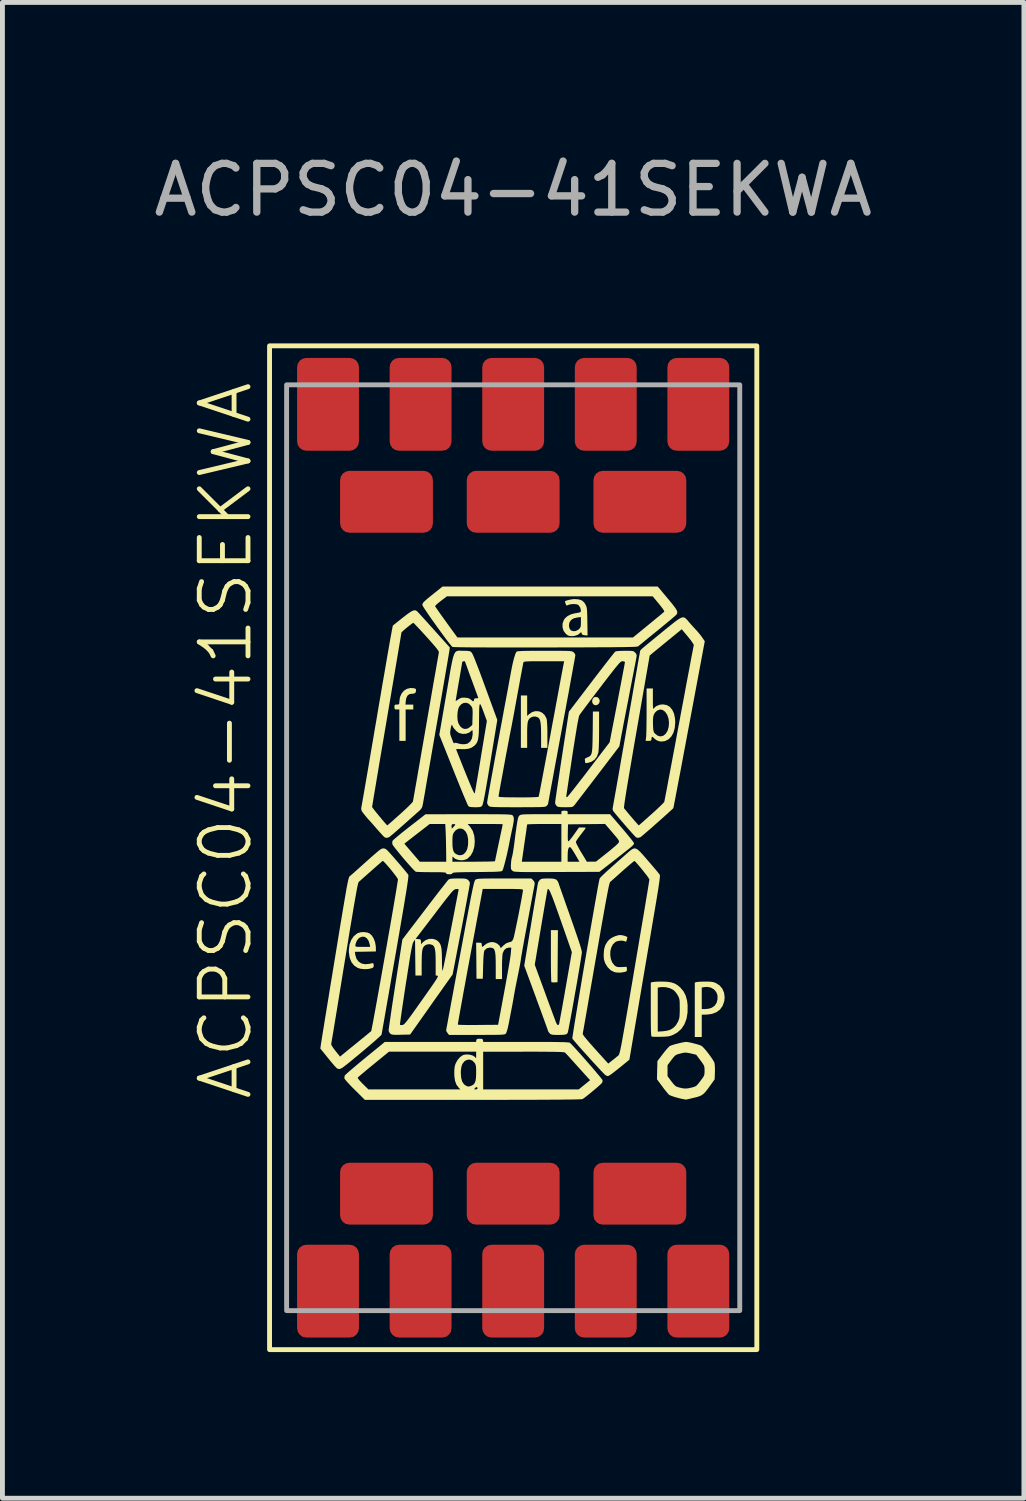
<source format=kicad_pcb>
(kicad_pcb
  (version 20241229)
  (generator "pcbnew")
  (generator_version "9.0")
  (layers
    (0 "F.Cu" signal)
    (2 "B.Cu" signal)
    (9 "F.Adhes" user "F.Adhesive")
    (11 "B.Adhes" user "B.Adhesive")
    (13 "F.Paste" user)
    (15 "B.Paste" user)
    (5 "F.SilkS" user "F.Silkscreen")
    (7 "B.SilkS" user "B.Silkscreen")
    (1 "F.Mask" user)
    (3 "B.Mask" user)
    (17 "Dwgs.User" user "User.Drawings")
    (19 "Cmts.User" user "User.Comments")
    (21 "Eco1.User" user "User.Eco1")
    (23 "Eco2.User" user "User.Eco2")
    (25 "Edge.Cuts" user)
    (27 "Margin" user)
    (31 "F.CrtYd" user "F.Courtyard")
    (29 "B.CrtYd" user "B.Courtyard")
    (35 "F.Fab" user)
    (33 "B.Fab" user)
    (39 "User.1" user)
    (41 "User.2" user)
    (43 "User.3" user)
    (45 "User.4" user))
  (footprint "ACPSC04-41SEKWA"
    (layer "F.Cu")
    (at 7.482 14.348)
    (property "Reference" "ACPSC04-41SEKWA" (at -5.9 -2.2 90) (unlocked yes) (layer "F.SilkS") (effects (font (size 1 1) (thickness 0.1))))
    (attr smd)
    (fp_rect (start -5 -10.3) (end 5 10.3) (stroke (width 0.1) (type default)) (fill no) (layer "F.SilkS"))
    (fp_poly (pts (xy 1.734 -3.086) (xy 1.754 -3.07) (xy 1.774 -3.031) (xy 1.774 -2.992) (xy 1.757 -2.957) (xy 1.729 -2.933) (xy 1.694 -2.923) (xy 1.657 -2.935) (xy 1.642 -2.947) (xy 1.625 -2.977) (xy 1.62 -3.01) (xy 1.631 -3.055) (xy 1.658 -3.085) (xy 1.696 -3.096)) (stroke (width 0) (type solid)) (fill yes) (layer "F.SilkS"))
    (fp_poly (pts (xy 0.914 2.225) (xy 0.91 2.759) (xy 0.852 2.764) (xy 0.813 2.764) (xy 0.788 2.76) (xy 0.784 2.758) (xy 0.782 2.741) (xy 0.78 2.7) (xy 0.778 2.636) (xy 0.776 2.553) (xy 0.775 2.455) (xy 0.774 2.344) (xy 0.774 2.224) (xy 0.774 2.219) (xy 0.774 1.691) (xy 0.846 1.691) (xy 0.918 1.691)) (stroke (width 0) (type solid)) (fill yes) (layer "F.SilkS"))
    (fp_poly (pts (xy 1.763 -2.409) (xy 1.762 -2.292) (xy 1.761 -2.186) (xy 1.758 -2.094) (xy 1.755 -2.02) (xy 1.75 -1.968) (xy 1.747 -1.95) (xy 1.717 -1.867) (xy 1.666 -1.803) (xy 1.594 -1.76) (xy 1.53 -1.741) (xy 1.495 -1.737) (xy 1.48 -1.742) (xy 1.476 -1.76) (xy 1.473 -1.795) (xy 1.469 -1.81) (xy 1.475 -1.829) (xy 1.51 -1.849) (xy 1.517 -1.852) (xy 1.547 -1.864) (xy 1.57 -1.878) (xy 1.589 -1.895) (xy 1.603 -1.919) (xy 1.613 -1.954) (xy 1.62 -2.002) (xy 1.625 -2.067) (xy 1.628 -2.152) (xy 1.63 -2.259) (xy 1.632 -2.375) (xy 1.636 -2.795) (xy 1.7 -2.795) (xy 1.763 -2.795)) (stroke (width 0) (type solid)) (fill yes) (layer "F.SilkS"))
    (fp_poly (pts (xy -2.048 -3.275) (xy -2.011 -3.266) (xy -1.995 -3.251) (xy -1.993 -3.235) (xy -2 -3.192) (xy -2.02 -3.169) (xy -2.061 -3.161) (xy -2.077 -3.161) (xy -2.132 -3.151) (xy -2.171 -3.12) (xy -2.195 -3.067) (xy -2.204 -3.011) (xy -2.211 -2.938) (xy -2.13 -2.938) (xy -2.05 -2.938) (xy -2.05 -2.888) (xy -2.05 -2.838) (xy -2.129 -2.838) (xy -2.207 -2.838) (xy -2.207 -2.516) (xy -2.207 -2.193) (xy -2.272 -2.193) (xy -2.336 -2.193) (xy -2.336 -2.516) (xy -2.336 -2.838) (xy -2.387 -2.838) (xy -2.42 -2.84) (xy -2.434 -2.853) (xy -2.437 -2.885) (xy -2.437 -2.888) (xy -2.435 -2.922) (xy -2.422 -2.936) (xy -2.39 -2.938) (xy -2.387 -2.938) (xy -2.354 -2.94) (xy -2.34 -2.952) (xy -2.336 -2.982) (xy -2.336 -2.992) (xy -2.325 -3.084) (xy -2.293 -3.161) (xy -2.244 -3.221) (xy -2.181 -3.261) (xy -2.106 -3.278)) (stroke (width 0) (type solid)) (fill yes) (layer "F.SilkS"))
    (fp_poly (pts (xy 0.287 -2.914) (xy 0.287 -2.704) (xy 0.326 -2.741) (xy 0.391 -2.785) (xy 0.461 -2.804) (xy 0.53 -2.799) (xy 0.594 -2.772) (xy 0.646 -2.723) (xy 0.683 -2.655) (xy 0.687 -2.641) (xy 0.692 -2.609) (xy 0.696 -2.555) (xy 0.7 -2.484) (xy 0.702 -2.4) (xy 0.702 -2.319) (xy 0.702 -2.05) (xy 0.638 -2.05) (xy 0.573 -2.05) (xy 0.573 -2.297) (xy 0.572 -2.41) (xy 0.569 -2.497) (xy 0.562 -2.563) (xy 0.553 -2.611) (xy 0.539 -2.644) (xy 0.52 -2.667) (xy 0.512 -2.673) (xy 0.463 -2.692) (xy 0.407 -2.691) (xy 0.361 -2.672) (xy 0.336 -2.652) (xy 0.318 -2.628) (xy 0.304 -2.597) (xy 0.295 -2.554) (xy 0.29 -2.494) (xy 0.287 -2.415) (xy 0.287 -2.311) (xy 0.287 -2.308) (xy 0.287 -2.05) (xy 0.222 -2.05) (xy 0.158 -2.05) (xy 0.158 -2.587) (xy 0.158 -3.125) (xy 0.222 -3.125) (xy 0.287 -3.125)) (stroke (width 0) (type solid)) (fill yes) (layer "F.SilkS"))
    (fp_poly (pts (xy 4.017 2.748) (xy 4.073 2.752) (xy 4.115 2.76) (xy 4.153 2.774) (xy 4.157 2.776) (xy 4.235 2.825) (xy 4.292 2.893) (xy 4.328 2.976) (xy 4.34 3.069) (xy 4.332 3.15) (xy 4.299 3.244) (xy 4.245 3.32) (xy 4.171 3.376) (xy 4.079 3.411) (xy 3.969 3.425) (xy 3.96 3.425) (xy 3.87 3.426) (xy 3.87 3.655) (xy 3.87 3.885) (xy 3.799 3.885) (xy 3.727 3.885) (xy 3.727 3.326) (xy 3.727 2.87) (xy 3.87 2.87) (xy 3.87 3.091) (xy 3.87 3.311) (xy 3.945 3.311) (xy 4.016 3.303) (xy 4.077 3.283) (xy 4.136 3.241) (xy 4.175 3.182) (xy 4.194 3.107) (xy 4.193 3.028) (xy 4.167 2.961) (xy 4.121 2.907) (xy 4.059 2.871) (xy 3.984 2.856) (xy 3.922 2.86) (xy 3.87 2.87) (xy 3.727 2.87) (xy 3.727 2.768) (xy 3.759 2.758) (xy 3.786 2.754) (xy 3.834 2.75) (xy 3.896 2.748) (xy 3.941 2.747)) (stroke (width 0) (type solid)) (fill yes) (layer "F.SilkS"))
    (fp_poly (pts (xy 2.236 1.796) (xy 2.279 1.806) (xy 2.316 1.819) (xy 2.34 1.832) (xy 2.344 1.84) (xy 2.337 1.865) (xy 2.33 1.896) (xy 2.321 1.923) (xy 2.306 1.927) (xy 2.294 1.921) (xy 2.248 1.908) (xy 2.189 1.908) (xy 2.132 1.919) (xy 2.098 1.934) (xy 2.049 1.98) (xy 2.014 2.044) (xy 1.995 2.119) (xy 1.992 2.2) (xy 2.004 2.28) (xy 2.031 2.352) (xy 2.075 2.41) (xy 2.089 2.422) (xy 2.115 2.439) (xy 2.144 2.448) (xy 2.186 2.45) (xy 2.229 2.449) (xy 2.329 2.444) (xy 2.334 2.49) (xy 2.334 2.52) (xy 2.322 2.537) (xy 2.29 2.549) (xy 2.284 2.55) (xy 2.207 2.563) (xy 2.126 2.561) (xy 2.074 2.551) (xy 2.004 2.516) (xy 1.943 2.458) (xy 1.895 2.383) (xy 1.894 2.381) (xy 1.874 2.331) (xy 1.862 2.283) (xy 1.858 2.226) (xy 1.858 2.186) (xy 1.866 2.083) (xy 1.891 1.998) (xy 1.936 1.925) (xy 1.969 1.888) (xy 2.021 1.849) (xy 2.088 1.817) (xy 2.156 1.796) (xy 2.197 1.792)) (stroke (width 0) (type solid)) (fill yes) (layer "F.SilkS"))
    (fp_poly (pts (xy -2.996 1.74) (xy -2.95 1.758) (xy -2.903 1.799) (xy -2.863 1.862) (xy -2.834 1.939) (xy -2.82 2.022) (xy -2.819 2.037) (xy -2.817 2.129) (xy -3.033 2.133) (xy -3.249 2.136) (xy -3.24 2.199) (xy -3.216 2.279) (xy -3.172 2.338) (xy -3.112 2.376) (xy -3.036 2.391) (xy -2.949 2.382) (xy -2.944 2.381) (xy -2.904 2.372) (xy -2.877 2.369) (xy -2.872 2.37) (xy -2.866 2.387) (xy -2.863 2.417) (xy -2.865 2.446) (xy -2.882 2.463) (xy -2.91 2.475) (xy -2.978 2.489) (xy -3.056 2.492) (xy -3.132 2.484) (xy -3.19 2.467) (xy -3.264 2.418) (xy -3.319 2.349) (xy -3.355 2.259) (xy -3.372 2.149) (xy -3.372 2.097) (xy -3.361 2.006) (xy -3.24 2.006) (xy -3.238 2.019) (xy -3.229 2.028) (xy -3.208 2.033) (xy -3.171 2.035) (xy -3.111 2.035) (xy -3.087 2.035) (xy -2.935 2.035) (xy -2.945 1.982) (xy -2.968 1.91) (xy -3.004 1.858) (xy -3.049 1.829) (xy -3.1 1.825) (xy -3.153 1.846) (xy -3.173 1.862) (xy -3.203 1.899) (xy -3.227 1.95) (xy -3.239 1.999) (xy -3.24 2.006) (xy -3.361 2.006) (xy -3.359 1.988) (xy -3.325 1.894) (xy -3.272 1.816) (xy -3.202 1.759) (xy -3.19 1.753) (xy -3.132 1.735) (xy -3.063 1.731)) (stroke (width 0) (type solid)) (fill yes) (layer "F.SilkS"))
    (fp_poly (pts (xy 3.155 2.75) (xy 3.242 2.763) (xy 3.314 2.787) (xy 3.377 2.824) (xy 3.432 2.871) (xy 3.496 2.948) (xy 3.541 3.036) (xy 3.569 3.139) (xy 3.58 3.234) (xy 3.579 3.381) (xy 3.557 3.512) (xy 3.514 3.625) (xy 3.451 3.719) (xy 3.368 3.793) (xy 3.293 3.835) (xy 3.251 3.853) (xy 3.212 3.865) (xy 3.17 3.873) (xy 3.115 3.877) (xy 3.041 3.88) (xy 3.032 3.88) (xy 2.963 3.881) (xy 2.904 3.88) (xy 2.862 3.879) (xy 2.842 3.876) (xy 2.837 3.867) (xy 2.833 3.845) (xy 2.83 3.808) (xy 2.827 3.752) (xy 2.826 3.676) (xy 2.825 3.578) (xy 2.824 3.456) (xy 2.824 3.317) (xy 2.824 2.87) (xy 2.967 2.87) (xy 2.967 3.322) (xy 2.967 3.774) (xy 3.071 3.767) (xy 3.153 3.756) (xy 3.219 3.737) (xy 3.232 3.731) (xy 3.294 3.691) (xy 3.342 3.64) (xy 3.382 3.57) (xy 3.386 3.562) (xy 3.399 3.529) (xy 3.409 3.497) (xy 3.414 3.458) (xy 3.417 3.407) (xy 3.419 3.336) (xy 3.419 3.297) (xy 3.418 3.218) (xy 3.417 3.162) (xy 3.413 3.122) (xy 3.406 3.091) (xy 3.395 3.063) (xy 3.379 3.031) (xy 3.376 3.026) (xy 3.344 2.978) (xy 3.306 2.935) (xy 3.283 2.916) (xy 3.21 2.881) (xy 3.125 2.861) (xy 3.042 2.859) (xy 3.029 2.861) (xy 2.967 2.87) (xy 2.824 2.87) (xy 2.824 2.767) (xy 2.863 2.757) (xy 2.894 2.753) (xy 2.946 2.749) (xy 3.009 2.747) (xy 3.046 2.747)) (stroke (width 0) (type solid)) (fill yes) (layer "F.SilkS"))
    (fp_poly (pts (xy 2.867 -3.05) (xy 2.867 -2.967) (xy 2.868 -2.909) (xy 2.87 -2.873) (xy 2.873 -2.856) (xy 2.879 -2.852) (xy 2.887 -2.86) (xy 2.889 -2.864) (xy 2.936 -2.906) (xy 3.001 -2.933) (xy 3.07 -2.942) (xy 3.148 -2.929) (xy 3.214 -2.892) (xy 3.265 -2.831) (xy 3.302 -2.75) (xy 3.322 -2.649) (xy 3.326 -2.573) (xy 3.316 -2.459) (xy 3.289 -2.361) (xy 3.246 -2.283) (xy 3.188 -2.225) (xy 3.117 -2.189) (xy 3.043 -2.179) (xy 2.993 -2.186) (xy 2.948 -2.204) (xy 2.946 -2.205) (xy 2.91 -2.23) (xy 2.884 -2.255) (xy 2.883 -2.255) (xy 2.859 -2.277) (xy 2.844 -2.271) (xy 2.838 -2.238) (xy 2.838 -2.236) (xy 2.836 -2.209) (xy 2.824 -2.197) (xy 2.795 -2.193) (xy 2.779 -2.193) (xy 2.719 -2.193) (xy 2.729 -2.281) (xy 2.731 -2.318) (xy 2.733 -2.378) (xy 2.735 -2.459) (xy 2.736 -2.555) (xy 2.737 -2.624) (xy 2.868 -2.624) (xy 2.869 -2.539) (xy 2.869 -2.532) (xy 2.872 -2.463) (xy 2.876 -2.417) (xy 2.883 -2.386) (xy 2.893 -2.363) (xy 2.909 -2.344) (xy 2.91 -2.343) (xy 2.965 -2.3) (xy 3.021 -2.284) (xy 3.076 -2.296) (xy 3.128 -2.336) (xy 3.168 -2.399) (xy 3.191 -2.478) (xy 3.198 -2.565) (xy 3.188 -2.651) (xy 3.161 -2.728) (xy 3.118 -2.79) (xy 3.118 -2.791) (xy 3.066 -2.828) (xy 3.014 -2.837) (xy 2.962 -2.818) (xy 2.941 -2.803) (xy 2.909 -2.77) (xy 2.887 -2.733) (xy 2.874 -2.687) (xy 2.868 -2.624) (xy 2.737 -2.624) (xy 2.737 -2.663) (xy 2.738 -2.777) (xy 2.738 -2.819) (xy 2.738 -3.268) (xy 2.802 -3.268) (xy 2.867 -3.268)) (stroke (width 0) (type solid)) (fill yes) (layer "F.SilkS"))
    (fp_poly (pts (xy 1.349 -5.096) (xy 1.413 -5.073) (xy 1.459 -5.032) (xy 1.486 -4.988) (xy 1.497 -4.964) (xy 1.506 -4.938) (xy 1.512 -4.906) (xy 1.516 -4.864) (xy 1.519 -4.807) (xy 1.521 -4.729) (xy 1.522 -4.64) (xy 1.527 -4.356) (xy 1.47 -4.36) (xy 1.431 -4.367) (xy 1.412 -4.381) (xy 1.405 -4.399) (xy 1.397 -4.422) (xy 1.387 -4.42) (xy 1.377 -4.409) (xy 1.326 -4.369) (xy 1.256 -4.347) (xy 1.205 -4.343) (xy 1.155 -4.346) (xy 1.12 -4.359) (xy 1.083 -4.388) (xy 1.081 -4.39) (xy 1.035 -4.45) (xy 1.013 -4.521) (xy 1.013 -4.559) (xy 1.144 -4.559) (xy 1.154 -4.506) (xy 1.179 -4.466) (xy 1.185 -4.461) (xy 1.232 -4.444) (xy 1.285 -4.448) (xy 1.335 -4.474) (xy 1.349 -4.485) (xy 1.371 -4.51) (xy 1.383 -4.534) (xy 1.389 -4.568) (xy 1.39 -4.619) (xy 1.39 -4.631) (xy 1.39 -4.734) (xy 1.315 -4.725) (xy 1.24 -4.707) (xy 1.187 -4.673) (xy 1.154 -4.62) (xy 1.152 -4.615) (xy 1.144 -4.559) (xy 1.013 -4.559) (xy 1.013 -4.597) (xy 1.038 -4.67) (xy 1.062 -4.707) (xy 1.111 -4.751) (xy 1.178 -4.787) (xy 1.253 -4.808) (xy 1.255 -4.809) (xy 1.317 -4.819) (xy 1.357 -4.828) (xy 1.379 -4.836) (xy 1.388 -4.846) (xy 1.39 -4.862) (xy 1.39 -4.869) (xy 1.378 -4.924) (xy 1.347 -4.972) (xy 1.334 -4.984) (xy 1.302 -4.996) (xy 1.253 -5.001) (xy 1.198 -4.999) (xy 1.15 -4.99) (xy 1.13 -4.982) (xy 1.103 -4.971) (xy 1.088 -4.977) (xy 1.076 -5.006) (xy 1.076 -5.006) (xy 1.066 -5.037) (xy 1.061 -5.053) (xy 1.061 -5.053) (xy 1.074 -5.064) (xy 1.107 -5.077) (xy 1.153 -5.088) (xy 1.204 -5.098) (xy 1.252 -5.103) (xy 1.265 -5.103)) (stroke (width 0) (type solid)) (fill yes) (layer "F.SilkS"))
    (fp_poly (pts (xy 3.586 3.989) (xy 3.644 4) (xy 3.71 4.016) (xy 3.776 4.034) (xy 3.831 4.051) (xy 3.863 4.065) (xy 3.889 4.086) (xy 3.926 4.125) (xy 3.97 4.177) (xy 4.016 4.236) (xy 4.059 4.295) (xy 4.096 4.35) (xy 4.122 4.395) (xy 4.13 4.413) (xy 4.136 4.447) (xy 4.14 4.501) (xy 4.141 4.568) (xy 4.14 4.605) (xy 4.135 4.753) (xy 4.049 4.873) (xy 3.993 4.951) (xy 3.948 5.008) (xy 3.908 5.049) (xy 3.869 5.078) (xy 3.825 5.099) (xy 3.772 5.116) (xy 3.719 5.129) (xy 3.657 5.144) (xy 3.604 5.156) (xy 3.567 5.165) (xy 3.555 5.168) (xy 3.533 5.167) (xy 3.49 5.159) (xy 3.432 5.147) (xy 3.38 5.134) (xy 3.314 5.115) (xy 3.256 5.096) (xy 3.213 5.078) (xy 3.195 5.067) (xy 3.174 5.044) (xy 3.141 5.004) (xy 3.1 4.953) (xy 3.057 4.895) (xy 2.951 4.752) (xy 2.955 4.565) (xy 2.958 4.463) (xy 3.168 4.463) (xy 3.168 4.576) (xy 3.168 4.688) (xy 3.247 4.794) (xy 3.287 4.845) (xy 3.316 4.877) (xy 3.343 4.898) (xy 3.375 4.911) (xy 3.409 4.921) (xy 3.478 4.937) (xy 3.533 4.942) (xy 3.589 4.938) (xy 3.657 4.923) (xy 3.664 4.922) (xy 3.708 4.91) (xy 3.739 4.897) (xy 3.766 4.879) (xy 3.794 4.849) (xy 3.83 4.803) (xy 3.842 4.786) (xy 3.881 4.735) (xy 3.906 4.698) (xy 3.92 4.668) (xy 3.926 4.636) (xy 3.928 4.596) (xy 3.928 4.576) (xy 3.927 4.53) (xy 3.923 4.497) (xy 3.913 4.467) (xy 3.893 4.433) (xy 3.861 4.388) (xy 3.842 4.363) (xy 3.756 4.248) (xy 3.645 4.222) (xy 3.587 4.21) (xy 3.546 4.205) (xy 3.509 4.206) (xy 3.465 4.215) (xy 3.43 4.224) (xy 3.381 4.237) (xy 3.347 4.25) (xy 3.32 4.268) (xy 3.293 4.298) (xy 3.257 4.343) (xy 3.247 4.356) (xy 3.168 4.463) (xy 2.958 4.463) (xy 2.96 4.379) (xy 3.071 4.233) (xy 3.116 4.175) (xy 3.158 4.126) (xy 3.192 4.089) (xy 3.214 4.069) (xy 3.215 4.069) (xy 3.248 4.056) (xy 3.3 4.039) (xy 3.364 4.022) (xy 3.43 4.006) (xy 3.489 3.993) (xy 3.533 3.986) (xy 3.545 3.985)) (stroke (width 0) (type solid)) (fill yes) (layer "F.SilkS"))
    (fp_poly (pts (xy 3.167 -5.121) (xy 3.239 -5.035) (xy 3.293 -4.967) (xy 3.332 -4.914) (xy 3.356 -4.874) (xy 3.367 -4.842) (xy 3.367 -4.817) (xy 3.358 -4.795) (xy 3.343 -4.776) (xy 3.326 -4.761) (xy 3.29 -4.729) (xy 3.237 -4.684) (xy 3.17 -4.629) (xy 3.093 -4.565) (xy 3.007 -4.494) (xy 2.953 -4.45) (xy 2.864 -4.378) (xy 2.781 -4.311) (xy 2.708 -4.251) (xy 2.647 -4.201) (xy 2.601 -4.163) (xy 2.572 -4.14) (xy 2.564 -4.133) (xy 2.557 -4.13) (xy 2.542 -4.128) (xy 2.517 -4.125) (xy 2.481 -4.123) (xy 2.433 -4.121) (xy 2.372 -4.12) (xy 2.295 -4.118) (xy 2.202 -4.117) (xy 2.092 -4.116) (xy 1.963 -4.114) (xy 1.813 -4.114) (xy 1.641 -4.113) (xy 1.447 -4.112) (xy 1.228 -4.111) (xy 0.984 -4.111) (xy 0.712 -4.11) (xy 0.661 -4.11) (xy 0.354 -4.11) (xy 0.073 -4.11) (xy -0.181 -4.11) (xy -0.409 -4.11) (xy -0.61 -4.111) (xy -0.784 -4.111) (xy -0.931 -4.113) (xy -1.05 -4.114) (xy -1.141 -4.116) (xy -1.204 -4.118) (xy -1.239 -4.12) (xy -1.247 -4.121) (xy -1.263 -4.137) (xy -1.293 -4.173) (xy -1.335 -4.226) (xy -1.385 -4.292) (xy -1.442 -4.369) (xy -1.503 -4.453) (xy -1.566 -4.54) (xy -1.629 -4.628) (xy -1.689 -4.712) (xy -1.743 -4.791) (xy -1.79 -4.861) (xy -1.828 -4.918) (xy -1.851 -4.955) (xy -1.601 -4.955) (xy -1.6 -4.951) (xy -1.59 -4.936) (xy -1.565 -4.9) (xy -1.529 -4.847) (xy -1.482 -4.781) (xy -1.427 -4.705) (xy -1.369 -4.624) (xy -1.145 -4.315) (xy 0.657 -4.315) (xy 2.458 -4.315) (xy 2.772 -4.572) (xy 2.854 -4.639) (xy 2.929 -4.701) (xy 2.994 -4.754) (xy 3.046 -4.797) (xy 3.082 -4.828) (xy 3.099 -4.842) (xy 3.1 -4.843) (xy 3.097 -4.861) (xy 3.075 -4.898) (xy 3.033 -4.953) (xy 2.989 -5.008) (xy 2.863 -5.16) (xy 0.751 -5.159) (xy -1.361 -5.159) (xy -1.429 -5.107) (xy -1.499 -5.054) (xy -1.548 -5.014) (xy -1.579 -4.987) (xy -1.596 -4.968) (xy -1.601 -4.955) (xy -1.851 -4.955) (xy -1.853 -4.958) (xy -1.863 -4.98) (xy -1.863 -4.982) (xy -1.862 -5) (xy -1.854 -5.018) (xy -1.838 -5.04) (xy -1.81 -5.067) (xy -1.769 -5.104) (xy -1.71 -5.152) (xy -1.632 -5.215) (xy -1.631 -5.216) (xy -1.449 -5.361) (xy 0.758 -5.361) (xy 2.966 -5.361)) (stroke (width 0) (type solid)) (fill yes) (layer "F.SilkS"))
    (fp_poly (pts (xy 0.794 0.632) (xy 0.848 0.64) (xy 0.885 0.655) (xy 0.91 0.682) (xy 0.93 0.722) (xy 0.937 0.744) (xy 0.946 0.772) (xy 0.964 0.823) (xy 0.99 0.896) (xy 1.022 0.987) (xy 1.059 1.092) (xy 1.1 1.21) (xy 1.145 1.336) (xy 1.185 1.45) (xy 1.247 1.626) (xy 1.298 1.775) (xy 1.34 1.898) (xy 1.372 1.997) (xy 1.394 2.07) (xy 1.406 2.119) (xy 1.41 2.143) (xy 1.407 2.169) (xy 1.4 2.219) (xy 1.389 2.291) (xy 1.374 2.381) (xy 1.357 2.486) (xy 1.337 2.602) (xy 1.316 2.728) (xy 1.293 2.859) (xy 1.269 2.993) (xy 1.246 3.126) (xy 1.223 3.255) (xy 1.201 3.378) (xy 1.18 3.491) (xy 1.161 3.591) (xy 1.145 3.674) (xy 1.133 3.739) (xy 1.123 3.781) (xy 1.119 3.797) (xy 1.106 3.816) (xy 1.086 3.829) (xy 1.055 3.836) (xy 1.008 3.84) (xy 0.938 3.842) (xy 0.919 3.842) (xy 0.853 3.841) (xy 0.81 3.838) (xy 0.782 3.832) (xy 0.762 3.822) (xy 0.748 3.808) (xy 0.726 3.782) (xy 0.717 3.764) (xy 0.717 3.764) (xy 0.712 3.748) (xy 0.698 3.709) (xy 0.676 3.647) (xy 0.647 3.567) (xy 0.612 3.47) (xy 0.572 3.36) (xy 0.527 3.238) (xy 0.479 3.108) (xy 0.472 3.087) (xy 0.227 2.422) (xy 0.23 2.401) (xy 0.443 2.401) (xy 0.653 2.974) (xy 0.698 3.098) (xy 0.741 3.214) (xy 0.781 3.321) (xy 0.815 3.414) (xy 0.844 3.492) (xy 0.866 3.55) (xy 0.879 3.586) (xy 0.883 3.594) (xy 0.903 3.631) (xy 0.923 3.64) (xy 0.939 3.626) (xy 0.944 3.609) (xy 0.952 3.567) (xy 0.964 3.502) (xy 0.98 3.417) (xy 0.999 3.314) (xy 1.02 3.196) (xy 1.043 3.067) (xy 1.067 2.928) (xy 1.076 2.877) (xy 1.204 2.143) (xy 0.979 1.5) (xy 0.924 1.344) (xy 0.878 1.214) (xy 0.839 1.107) (xy 0.807 1.021) (xy 0.78 0.955) (xy 0.759 0.906) (xy 0.742 0.873) (xy 0.729 0.854) (xy 0.718 0.846) (xy 0.71 0.848) (xy 0.708 0.85) (xy 0.704 0.865) (xy 0.696 0.906) (xy 0.685 0.969) (xy 0.67 1.054) (xy 0.652 1.156) (xy 0.632 1.274) (xy 0.61 1.404) (xy 0.586 1.545) (xy 0.572 1.629) (xy 0.443 2.401) (xy 0.23 2.401) (xy 0.365 1.587) (xy 0.39 1.435) (xy 0.414 1.291) (xy 0.436 1.158) (xy 0.456 1.037) (xy 0.474 0.932) (xy 0.488 0.845) (xy 0.499 0.779) (xy 0.507 0.737) (xy 0.51 0.721) (xy 0.525 0.687) (xy 0.548 0.66) (xy 0.566 0.646) (xy 0.591 0.637) (xy 0.627 0.633) (xy 0.683 0.631) (xy 0.716 0.631)) (stroke (width 0) (type solid)) (fill yes) (layer "F.SilkS"))
    (fp_poly (pts (xy 2.365 -4.042) (xy 2.416 -4.04) (xy 2.45 -4.037) (xy 2.472 -4.03) (xy 2.489 -4.019) (xy 2.504 -4.005) (xy 2.529 -3.972) (xy 2.535 -3.938) (xy 2.532 -3.923) (xy 2.528 -3.9) (xy 2.519 -3.852) (xy 2.506 -3.782) (xy 2.488 -3.692) (xy 2.468 -3.585) (xy 2.444 -3.465) (xy 2.419 -3.334) (xy 2.392 -3.195) (xy 2.387 -3.168) (xy 2.359 -3.021) (xy 2.331 -2.878) (xy 2.304 -2.74) (xy 2.279 -2.611) (xy 2.257 -2.497) (xy 2.239 -2.399) (xy 2.224 -2.322) (xy 2.214 -2.269) (xy 2.214 -2.269) (xy 2.179 -2.08) (xy 1.728 -1.488) (xy 1.64 -1.373) (xy 1.557 -1.264) (xy 1.48 -1.164) (xy 1.411 -1.074) (xy 1.352 -0.997) (xy 1.304 -0.935) (xy 1.27 -0.891) (xy 1.251 -0.867) (xy 1.248 -0.864) (xy 1.234 -0.849) (xy 1.215 -0.84) (xy 1.187 -0.834) (xy 1.144 -0.832) (xy 1.078 -0.831) (xy 1.069 -0.831) (xy 0.999 -0.832) (xy 0.952 -0.835) (xy 0.922 -0.84) (xy 0.901 -0.849) (xy 0.889 -0.86) (xy 0.867 -0.893) (xy 0.86 -0.921) (xy 0.862 -0.941) (xy 0.868 -0.986) (xy 0.877 -1.049) (xy 1.089 -1.049) (xy 1.098 -1.038) (xy 1.111 -1.043) (xy 1.123 -1.056) (xy 1.152 -1.09) (xy 1.194 -1.143) (xy 1.248 -1.211) (xy 1.312 -1.293) (xy 1.385 -1.387) (xy 1.465 -1.49) (xy 1.549 -1.6) (xy 1.556 -1.61) (xy 1.98 -2.165) (xy 2.137 -2.978) (xy 2.165 -3.127) (xy 2.192 -3.268) (xy 2.217 -3.398) (xy 2.239 -3.515) (xy 2.258 -3.616) (xy 2.274 -3.698) (xy 2.285 -3.76) (xy 2.292 -3.798) (xy 2.293 -3.809) (xy 2.281 -3.822) (xy 2.246 -3.827) (xy 2.246 -3.827) (xy 2.234 -3.826) (xy 2.222 -3.823) (xy 2.208 -3.814) (xy 2.19 -3.799) (xy 2.167 -3.775) (xy 2.138 -3.741) (xy 2.099 -3.694) (xy 2.051 -3.633) (xy 1.99 -3.555) (xy 1.916 -3.459) (xy 1.827 -3.343) (xy 1.791 -3.295) (xy 1.707 -3.186) (xy 1.628 -3.082) (xy 1.556 -2.986) (xy 1.492 -2.901) (xy 1.438 -2.829) (xy 1.397 -2.773) (xy 1.369 -2.735) (xy 1.358 -2.718) (xy 1.35 -2.694) (xy 1.339 -2.644) (xy 1.324 -2.569) (xy 1.306 -2.467) (xy 1.285 -2.339) (xy 1.26 -2.184) (xy 1.231 -2.001) (xy 1.211 -1.871) (xy 1.189 -1.722) (xy 1.168 -1.582) (xy 1.148 -1.452) (xy 1.131 -1.336) (xy 1.116 -1.236) (xy 1.104 -1.155) (xy 1.095 -1.095) (xy 1.09 -1.059) (xy 1.089 -1.049) (xy 0.877 -1.049) (xy 0.878 -1.055) (xy 0.891 -1.144) (xy 0.907 -1.252) (xy 0.926 -1.376) (xy 0.947 -1.514) (xy 0.969 -1.663) (xy 0.993 -1.82) (xy 1.001 -1.872) (xy 1.143 -2.791) (xy 1.606 -3.398) (xy 1.695 -3.515) (xy 1.779 -3.624) (xy 1.857 -3.725) (xy 1.926 -3.814) (xy 1.986 -3.891) (xy 2.034 -3.952) (xy 2.069 -3.996) (xy 2.089 -4.02) (xy 2.092 -4.024) (xy 2.119 -4.033) (xy 2.175 -4.039) (xy 2.257 -4.041) (xy 2.291 -4.042)) (stroke (width 0) (type solid)) (fill yes) (layer "F.SilkS"))
    (fp_poly (pts (xy 1.093 -0.758) (xy 1.112 -0.751) (xy 1.118 -0.734) (xy 1.118 -0.724) (xy 1.118 -0.688) (xy 1.553 -0.688) (xy 1.988 -0.688) (xy 2.234 -0.402) (xy 2.3 -0.324) (xy 2.359 -0.253) (xy 2.409 -0.191) (xy 2.448 -0.142) (xy 2.472 -0.108) (xy 2.48 -0.093) (xy 2.479 -0.083) (xy 2.474 -0.072) (xy 2.464 -0.058) (xy 2.446 -0.039) (xy 2.418 -0.014) (xy 2.377 0.02) (xy 2.321 0.064) (xy 2.248 0.122) (xy 2.156 0.194) (xy 2.1 0.238) (xy 1.77 0.495) (xy 0.896 0.498) (xy 0.716 0.499) (xy 0.562 0.499) (xy 0.432 0.499) (xy 0.325 0.499) (xy 0.237 0.499) (xy 0.168 0.498) (xy 0.113 0.496) (xy 0.072 0.494) (xy 0.041 0.492) (xy 0.02 0.489) (xy 0.005 0.485) (xy -0.005 0.48) (xy -0.014 0.474) (xy -0.014 0.474) (xy -0.033 0.456) (xy -0.044 0.436) (xy -0.047 0.404) (xy -0.047 0.352) (xy -0.046 0.348) (xy -0.042 0.291) (xy -0.042 0.287) (xy 0.177 0.287) (xy 0.583 0.287) (xy 0.989 0.287) (xy 0.989 0.164) (xy 1.118 0.164) (xy 1.118 0.287) (xy 1.239 0.287) (xy 1.359 0.287) (xy 1.272 0.136) (xy 1.237 0.078) (xy 1.206 0.03) (xy 1.181 -0.002) (xy 1.167 -0.014) (xy 1.167 -0.014) (xy 1.144 -0.004) (xy 1.129 0.03) (xy 1.121 0.088) (xy 1.118 0.164) (xy 0.989 0.164) (xy 0.989 -0.1) (xy 0.989 -0.227) (xy 1.12 -0.227) (xy 1.121 -0.175) (xy 1.124 -0.145) (xy 1.13 -0.133) (xy 1.136 -0.132) (xy 1.151 -0.146) (xy 1.178 -0.178) (xy 1.214 -0.224) (xy 1.252 -0.277) (xy 1.35 -0.416) (xy 1.42 -0.416) (xy 1.461 -0.414) (xy 1.486 -0.411) (xy 1.491 -0.408) (xy 1.482 -0.395) (xy 1.46 -0.363) (xy 1.426 -0.319) (xy 1.391 -0.273) (xy 1.35 -0.22) (xy 1.316 -0.172) (xy 1.294 -0.136) (xy 1.287 -0.119) (xy 1.292 -0.098) (xy 1.311 -0.058) (xy 1.34 -0.003) (xy 1.376 0.062) (xy 1.398 0.097) (xy 1.512 0.287) (xy 1.605 0.286) (xy 1.699 0.285) (xy 1.92 0.11) (xy 1.99 0.054) (xy 2.053 0.001) (xy 2.106 -0.044) (xy 2.143 -0.08) (xy 2.162 -0.101) (xy 2.163 -0.102) (xy 2.17 -0.117) (xy 2.172 -0.131) (xy 2.166 -0.149) (xy 2.151 -0.174) (xy 2.123 -0.21) (xy 2.08 -0.26) (xy 2.035 -0.314) (xy 1.886 -0.488) (xy 1.506 -0.484) (xy 1.125 -0.48) (xy 1.121 -0.303) (xy 1.12 -0.227) (xy 0.989 -0.227) (xy 0.989 -0.487) (xy 0.638 -0.487) (xy 0.541 -0.487) (xy 0.454 -0.486) (xy 0.382 -0.484) (xy 0.327 -0.482) (xy 0.294 -0.479) (xy 0.286 -0.477) (xy 0.284 -0.46) (xy 0.278 -0.419) (xy 0.27 -0.357) (xy 0.259 -0.279) (xy 0.245 -0.187) (xy 0.231 -0.09) (xy 0.177 0.287) (xy -0.042 0.287) (xy -0.036 0.239) (xy -0.029 0.208) (xy -0.016 0.157) (xy -0.002 0.084) (xy 0.012 -0.008) (xy 0.026 -0.111) (xy 0.029 -0.136) (xy 0.036 -0.196) (xy 0.046 -0.274) (xy 0.058 -0.36) (xy 0.07 -0.444) (xy 0.07 -0.444) (xy 0.083 -0.525) (xy 0.094 -0.583) (xy 0.104 -0.622) (xy 0.115 -0.646) (xy 0.129 -0.662) (xy 0.13 -0.663) (xy 0.141 -0.67) (xy 0.157 -0.676) (xy 0.181 -0.68) (xy 0.217 -0.684) (xy 0.266 -0.686) (xy 0.334 -0.687) (xy 0.423 -0.688) (xy 0.536 -0.688) (xy 0.575 -0.688) (xy 0.989 -0.688) (xy 0.989 -0.724) (xy 0.992 -0.746) (xy 1.005 -0.756) (xy 1.036 -0.76) (xy 1.054 -0.76)) (stroke (width 0) (type solid)) (fill yes) (layer "F.SilkS"))
    (fp_poly (pts (xy 3.518 -4.722) (xy 3.541 -4.705) (xy 3.566 -4.68) (xy 3.594 -4.648) (xy 3.599 -4.641) (xy 3.649 -4.584) (xy 3.704 -4.523) (xy 3.751 -4.472) (xy 3.798 -4.42) (xy 3.846 -4.361) (xy 3.88 -4.315) (xy 3.932 -4.237) (xy 3.613 -2.531) (xy 3.572 -2.314) (xy 3.533 -2.104) (xy 3.495 -1.905) (xy 3.46 -1.716) (xy 3.427 -1.541) (xy 3.396 -1.38) (xy 3.369 -1.236) (xy 3.345 -1.11) (xy 3.325 -1.004) (xy 3.308 -0.92) (xy 3.297 -0.859) (xy 3.289 -0.823) (xy 3.287 -0.813) (xy 3.274 -0.799) (xy 3.242 -0.769) (xy 3.195 -0.727) (xy 3.137 -0.674) (xy 3.069 -0.613) (xy 2.997 -0.549) (xy 2.922 -0.483) (xy 2.849 -0.418) (xy 2.78 -0.358) (xy 2.718 -0.305) (xy 2.668 -0.262) (xy 2.632 -0.232) (xy 2.614 -0.218) (xy 2.613 -0.217) (xy 2.567 -0.203) (xy 2.526 -0.21) (xy 2.512 -0.223) (xy 2.482 -0.254) (xy 2.44 -0.3) (xy 2.39 -0.356) (xy 2.333 -0.42) (xy 2.275 -0.488) (xy 2.217 -0.555) (xy 2.163 -0.619) (xy 2.116 -0.675) (xy 2.079 -0.72) (xy 2.056 -0.75) (xy 2.05 -0.759) (xy 2.04 -0.791) (xy 2.041 -0.81) (xy 2.042 -0.814) (xy 2.274 -0.814) (xy 2.287 -0.797) (xy 2.314 -0.764) (xy 2.351 -0.719) (xy 2.394 -0.667) (xy 2.441 -0.613) (xy 2.485 -0.561) (xy 2.525 -0.516) (xy 2.556 -0.481) (xy 2.574 -0.461) (xy 2.577 -0.459) (xy 2.589 -0.468) (xy 2.619 -0.494) (xy 2.664 -0.533) (xy 2.721 -0.584) (xy 2.788 -0.644) (xy 2.838 -0.688) (xy 2.91 -0.753) (xy 2.975 -0.814) (xy 3.03 -0.866) (xy 3.071 -0.907) (xy 3.096 -0.934) (xy 3.101 -0.942) (xy 3.105 -0.96) (xy 3.113 -1.003) (xy 3.126 -1.071) (xy 3.144 -1.162) (xy 3.165 -1.274) (xy 3.189 -1.405) (xy 3.217 -1.553) (xy 3.248 -1.716) (xy 3.281 -1.893) (xy 3.317 -2.082) (xy 3.354 -2.282) (xy 3.392 -2.489) (xy 3.404 -2.551) (xy 3.443 -2.761) (xy 3.481 -2.962) (xy 3.517 -3.154) (xy 3.55 -3.335) (xy 3.582 -3.503) (xy 3.611 -3.655) (xy 3.636 -3.791) (xy 3.658 -3.908) (xy 3.677 -4.005) (xy 3.691 -4.08) (xy 3.701 -4.13) (xy 3.705 -4.155) (xy 3.706 -4.157) (xy 3.7 -4.177) (xy 3.676 -4.214) (xy 3.639 -4.266) (xy 3.589 -4.328) (xy 3.586 -4.332) (xy 3.459 -4.484) (xy 3.13 -4.215) (xy 2.802 -3.946) (xy 2.532 -2.391) (xy 2.486 -2.129) (xy 2.445 -1.888) (xy 2.408 -1.67) (xy 2.375 -1.476) (xy 2.346 -1.305) (xy 2.322 -1.158) (xy 2.303 -1.037) (xy 2.288 -0.941) (xy 2.279 -0.871) (xy 2.274 -0.829) (xy 2.274 -0.814) (xy 2.042 -0.814) (xy 2.044 -0.827) (xy 2.052 -0.87) (xy 2.064 -0.937) (xy 2.08 -1.027) (xy 2.1 -1.139) (xy 2.123 -1.269) (xy 2.149 -1.417) (xy 2.178 -1.58) (xy 2.208 -1.757) (xy 2.241 -1.946) (xy 2.276 -2.145) (xy 2.312 -2.353) (xy 2.322 -2.411) (xy 2.358 -2.62) (xy 2.393 -2.822) (xy 2.427 -3.015) (xy 2.458 -3.196) (xy 2.487 -3.365) (xy 2.514 -3.518) (xy 2.538 -3.655) (xy 2.558 -3.773) (xy 2.575 -3.87) (xy 2.589 -3.946) (xy 2.598 -3.997) (xy 2.602 -4.023) (xy 2.603 -4.025) (xy 2.604 -4.033) (xy 2.606 -4.041) (xy 2.61 -4.049) (xy 2.618 -4.059) (xy 2.632 -4.074) (xy 2.655 -4.094) (xy 2.688 -4.123) (xy 2.734 -4.161) (xy 2.794 -4.21) (xy 2.87 -4.273) (xy 2.966 -4.351) (xy 3.051 -4.421) (xy 3.161 -4.511) (xy 3.251 -4.583) (xy 3.323 -4.64) (xy 3.381 -4.682) (xy 3.427 -4.71) (xy 3.463 -4.725) (xy 3.492 -4.729)) (stroke (width 0) (type solid)) (fill yes) (layer "F.SilkS"))
    (fp_poly (pts (xy 0.787 -4.042) (xy 0.902 -4.042) (xy 0.993 -4.041) (xy 1.065 -4.04) (xy 1.12 -4.039) (xy 1.16 -4.036) (xy 1.189 -4.033) (xy 1.208 -4.029) (xy 1.222 -4.023) (xy 1.233 -4.016) (xy 1.238 -4.013) (xy 1.264 -3.984) (xy 1.276 -3.955) (xy 1.276 -3.954) (xy 1.273 -3.936) (xy 1.266 -3.892) (xy 1.254 -3.823) (xy 1.237 -3.732) (xy 1.217 -3.62) (xy 1.193 -3.49) (xy 1.166 -3.342) (xy 1.137 -3.179) (xy 1.104 -3.004) (xy 1.07 -2.816) (xy 1.033 -2.62) (xy 0.996 -2.419) (xy 0.958 -2.215) (xy 0.922 -2.02) (xy 0.888 -1.834) (xy 0.855 -1.659) (xy 0.826 -1.498) (xy 0.799 -1.352) (xy 0.775 -1.223) (xy 0.755 -1.114) (xy 0.739 -1.025) (xy 0.727 -0.959) (xy 0.719 -0.917) (xy 0.717 -0.901) (xy 0.708 -0.883) (xy 0.688 -0.86) (xy 0.68 -0.853) (xy 0.669 -0.847) (xy 0.654 -0.842) (xy 0.63 -0.839) (xy 0.596 -0.836) (xy 0.548 -0.834) (xy 0.484 -0.833) (xy 0.401 -0.832) (xy 0.297 -0.832) (xy 0.167 -0.831) (xy 0.095 -0.831) (xy -0.048 -0.831) (xy -0.165 -0.832) (xy -0.259 -0.832) (xy -0.332 -0.834) (xy -0.388 -0.835) (xy -0.429 -0.838) (xy -0.458 -0.841) (xy -0.478 -0.845) (xy -0.492 -0.851) (xy -0.502 -0.857) (xy -0.502 -0.857) (xy -0.529 -0.896) (xy -0.535 -0.926) (xy -0.532 -0.946) (xy -0.525 -0.992) (xy -0.515 -1.052) (xy -0.301 -1.052) (xy -0.295 -1.047) (xy -0.274 -1.042) (xy -0.237 -1.039) (xy -0.181 -1.036) (xy -0.102 -1.035) (xy -0.00026 -1.034) (xy 0.107 -1.033) (xy 0.217 -1.033) (xy 0.315 -1.034) (xy 0.398 -1.036) (xy 0.463 -1.039) (xy 0.505 -1.042) (xy 0.522 -1.045) (xy 0.523 -1.045) (xy 0.526 -1.061) (xy 0.535 -1.103) (xy 0.548 -1.169) (xy 0.565 -1.258) (xy 0.586 -1.367) (xy 0.61 -1.494) (xy 0.637 -1.638) (xy 0.667 -1.796) (xy 0.699 -1.967) (xy 0.733 -2.149) (xy 0.768 -2.339) (xy 0.781 -2.411) (xy 0.817 -2.604) (xy 0.852 -2.79) (xy 0.884 -2.966) (xy 0.915 -3.131) (xy 0.943 -3.282) (xy 0.968 -3.417) (xy 0.99 -3.535) (xy 1.009 -3.634) (xy 1.023 -3.71) (xy 1.033 -3.764) (xy 1.039 -3.792) (xy 1.039 -3.795) (xy 1.047 -3.827) (xy 0.632 -3.827) (xy 0.512 -3.827) (xy 0.417 -3.827) (xy 0.344 -3.826) (xy 0.292 -3.824) (xy 0.255 -3.821) (xy 0.231 -3.818) (xy 0.218 -3.813) (xy 0.211 -3.806) (xy 0.209 -3.802) (xy 0.205 -3.782) (xy 0.197 -3.738) (xy 0.184 -3.672) (xy 0.169 -3.589) (xy 0.15 -3.491) (xy 0.131 -3.382) (xy 0.115 -3.297) (xy 0.076 -3.085) (xy 0.042 -2.899) (xy 0.013 -2.738) (xy -0.013 -2.601) (xy -0.035 -2.485) (xy -0.054 -2.389) (xy -0.066 -2.329) (xy -0.075 -2.282) (xy -0.088 -2.214) (xy -0.104 -2.13) (xy -0.122 -2.032) (xy -0.143 -1.924) (xy -0.164 -1.809) (xy -0.186 -1.691) (xy -0.207 -1.574) (xy -0.228 -1.46) (xy -0.248 -1.354) (xy -0.265 -1.258) (xy -0.28 -1.177) (xy -0.291 -1.113) (xy -0.298 -1.07) (xy -0.301 -1.052) (xy -0.301 -1.052) (xy -0.515 -1.052) (xy -0.513 -1.062) (xy -0.497 -1.154) (xy -0.477 -1.266) (xy -0.454 -1.396) (xy -0.427 -1.542) (xy -0.398 -1.701) (xy -0.367 -1.872) (xy -0.333 -2.053) (xy -0.298 -2.241) (xy -0.296 -2.25) (xy -0.261 -2.441) (xy -0.226 -2.626) (xy -0.194 -2.803) (xy -0.163 -2.969) (xy -0.134 -3.123) (xy -0.108 -3.262) (xy -0.086 -3.384) (xy -0.067 -3.486) (xy -0.052 -3.567) (xy -0.041 -3.625) (xy -0.036 -3.655) (xy -0.017 -3.749) (xy 0.003 -3.836) (xy 0.024 -3.912) (xy 0.043 -3.972) (xy 0.061 -4.012) (xy 0.07 -4.024) (xy 0.083 -4.029) (xy 0.11 -4.033) (xy 0.153 -4.036) (xy 0.215 -4.039) (xy 0.298 -4.04) (xy 0.403 -4.042) (xy 0.534 -4.042) (xy 0.646 -4.042)) (stroke (width 0) (type solid)) (fill yes) (layer "F.SilkS"))
    (fp_poly (pts (xy 2.527 0.021) (xy 2.564 0.045) (xy 2.608 0.087) (xy 2.664 0.147) (xy 2.733 0.227) (xy 2.771 0.271) (xy 2.835 0.345) (xy 2.893 0.413) (xy 2.942 0.471) (xy 2.979 0.517) (xy 3.003 0.547) (xy 3.008 0.556) (xy 3.011 0.569) (xy 3.011 0.595) (xy 3.007 0.635) (xy 3 0.692) (xy 2.989 0.768) (xy 2.975 0.864) (xy 2.955 0.982) (xy 2.932 1.125) (xy 2.903 1.294) (xy 2.901 1.306) (xy 2.878 1.442) (xy 2.851 1.601) (xy 2.821 1.78) (xy 2.788 1.975) (xy 2.753 2.181) (xy 2.717 2.394) (xy 2.68 2.61) (xy 2.644 2.824) (xy 2.608 3.034) (xy 2.582 3.189) (xy 2.385 4.35) (xy 2.257 4.455) (xy 2.155 4.537) (xy 2.073 4.602) (xy 2.01 4.649) (xy 1.967 4.677) (xy 1.945 4.687) (xy 1.944 4.687) (xy 1.92 4.68) (xy 1.896 4.669) (xy 1.88 4.655) (xy 1.847 4.622) (xy 1.801 4.574) (xy 1.745 4.513) (xy 1.68 4.443) (xy 1.611 4.368) (xy 1.54 4.289) (xy 1.469 4.21) (xy 1.401 4.135) (xy 1.34 4.066) (xy 1.288 4.006) (xy 1.248 3.959) (xy 1.222 3.927) (xy 1.214 3.915) (xy 1.215 3.899) (xy 1.221 3.857) (xy 1.227 3.817) (xy 1.427 3.817) (xy 1.433 3.835) (xy 1.455 3.868) (xy 1.495 3.918) (xy 1.552 3.986) (xy 1.628 4.072) (xy 1.686 4.137) (xy 1.951 4.43) (xy 2.033 4.365) (xy 2.08 4.328) (xy 2.124 4.292) (xy 2.153 4.268) (xy 2.159 4.263) (xy 2.165 4.257) (xy 2.17 4.247) (xy 2.176 4.234) (xy 2.182 4.215) (xy 2.189 4.188) (xy 2.198 4.153) (xy 2.207 4.108) (xy 2.219 4.051) (xy 2.232 3.981) (xy 2.247 3.897) (xy 2.265 3.796) (xy 2.286 3.678) (xy 2.31 3.54) (xy 2.337 3.382) (xy 2.368 3.202) (xy 2.402 2.999) (xy 2.441 2.771) (xy 2.484 2.516) (xy 2.494 2.459) (xy 2.531 2.237) (xy 2.568 2.022) (xy 2.602 1.817) (xy 2.635 1.622) (xy 2.666 1.441) (xy 2.694 1.273) (xy 2.719 1.122) (xy 2.741 0.989) (xy 2.76 0.876) (xy 2.775 0.783) (xy 2.786 0.714) (xy 2.793 0.67) (xy 2.795 0.652) (xy 2.795 0.652) (xy 2.786 0.634) (xy 2.763 0.598) (xy 2.728 0.551) (xy 2.685 0.497) (xy 2.639 0.439) (xy 2.593 0.384) (xy 2.551 0.335) (xy 2.517 0.297) (xy 2.493 0.274) (xy 2.486 0.271) (xy 2.474 0.28) (xy 2.443 0.305) (xy 2.397 0.344) (xy 2.339 0.394) (xy 2.273 0.451) (xy 2.246 0.475) (xy 2.177 0.537) (xy 2.113 0.594) (xy 2.059 0.642) (xy 2.018 0.678) (xy 1.994 0.699) (xy 1.99 0.702) (xy 1.985 0.711) (xy 1.979 0.73) (xy 1.97 0.761) (xy 1.96 0.805) (xy 1.948 0.864) (xy 1.933 0.94) (xy 1.916 1.032) (xy 1.895 1.143) (xy 1.871 1.275) (xy 1.844 1.428) (xy 1.813 1.604) (xy 1.778 1.804) (xy 1.739 2.03) (xy 1.699 2.258) (xy 1.663 2.464) (xy 1.629 2.662) (xy 1.596 2.851) (xy 1.565 3.029) (xy 1.537 3.193) (xy 1.511 3.343) (xy 1.488 3.475) (xy 1.468 3.588) (xy 1.452 3.681) (xy 1.439 3.751) (xy 1.431 3.797) (xy 1.427 3.817) (xy 1.427 3.817) (xy 1.227 3.817) (xy 1.231 3.79) (xy 1.245 3.702) (xy 1.262 3.595) (xy 1.283 3.469) (xy 1.306 3.329) (xy 1.331 3.176) (xy 1.359 3.011) (xy 1.388 2.838) (xy 1.418 2.658) (xy 1.449 2.474) (xy 1.481 2.287) (xy 1.513 2.1) (xy 1.545 1.916) (xy 1.576 1.735) (xy 1.606 1.561) (xy 1.635 1.395) (xy 1.662 1.24) (xy 1.687 1.098) (xy 1.71 0.97) (xy 1.729 0.86) (xy 1.746 0.77) (xy 1.759 0.7) (xy 1.769 0.654) (xy 1.773 0.635) (xy 1.781 0.623) (xy 1.797 0.604) (xy 1.824 0.577) (xy 1.863 0.539) (xy 1.915 0.49) (xy 1.983 0.429) (xy 2.068 0.353) (xy 2.17 0.262) (xy 2.293 0.154) (xy 2.333 0.118) (xy 2.384 0.074) (xy 2.426 0.04) (xy 2.461 0.02) (xy 2.493 0.013)) (stroke (width 0) (type solid)) (fill yes) (layer "F.SilkS"))
    (fp_poly (pts (xy -1.058 0.631) (xy -1.007 0.633) (xy -0.972 0.638) (xy -0.948 0.647) (xy -0.928 0.659) (xy -0.926 0.66) (xy -0.895 0.699) (xy -0.889 0.728) (xy -0.891 0.749) (xy -0.899 0.795) (xy -0.911 0.864) (xy -0.928 0.954) (xy -0.948 1.063) (xy -0.971 1.187) (xy -0.997 1.325) (xy -1.025 1.473) (xy -1.055 1.63) (xy -1.066 1.684) (xy -1.243 2.602) (xy -1.381 2.795) (xy -1.423 2.854) (xy -1.478 2.933) (xy -1.544 3.025) (xy -1.617 3.128) (xy -1.693 3.236) (xy -1.77 3.346) (xy -1.817 3.412) (xy -2.115 3.834) (xy -2.302 3.838) (xy -2.381 3.84) (xy -2.436 3.839) (xy -2.474 3.836) (xy -2.499 3.83) (xy -2.517 3.82) (xy -2.523 3.816) (xy -2.55 3.777) (xy -2.556 3.747) (xy -2.554 3.726) (xy -2.548 3.679) (xy -2.542 3.635) (xy -2.324 3.635) (xy -2.305 3.639) (xy -2.273 3.638) (xy -2.261 3.635) (xy -2.248 3.628) (xy -2.231 3.614) (xy -2.21 3.591) (xy -2.183 3.558) (xy -2.147 3.512) (xy -2.102 3.451) (xy -2.046 3.373) (xy -1.977 3.276) (xy -1.894 3.158) (xy -1.875 3.132) (xy -1.789 3.01) (xy -1.719 2.91) (xy -1.662 2.829) (xy -1.619 2.765) (xy -1.586 2.716) (xy -1.564 2.68) (xy -1.551 2.655) (xy -1.546 2.639) (xy -1.546 2.631) (xy -1.552 2.627) (xy -1.556 2.626) (xy -1.591 2.621) (xy -1.591 2.364) (xy -1.592 2.253) (xy -1.595 2.168) (xy -1.602 2.103) (xy -1.612 2.057) (xy -1.626 2.025) (xy -1.646 2.003) (xy -1.661 1.994) (xy -1.714 1.979) (xy -1.771 1.986) (xy -1.804 2.001) (xy -1.829 2.022) (xy -1.848 2.049) (xy -1.861 2.086) (xy -1.87 2.136) (xy -1.875 2.204) (xy -1.877 2.294) (xy -1.878 2.372) (xy -1.878 2.623) (xy -1.942 2.623) (xy -2.006 2.623) (xy -2.01 2.254) (xy -2.014 1.885) (xy -2.045 1.929) (xy -2.052 1.942) (xy -2.06 1.961) (xy -2.068 1.99) (xy -2.077 2.031) (xy -2.088 2.084) (xy -2.101 2.154) (xy -2.116 2.241) (xy -2.133 2.348) (xy -2.153 2.476) (xy -2.177 2.63) (xy -2.204 2.8) (xy -2.227 2.95) (xy -2.248 3.092) (xy -2.268 3.223) (xy -2.285 3.34) (xy -2.299 3.441) (xy -2.311 3.524) (xy -2.319 3.585) (xy -2.323 3.623) (xy -2.324 3.635) (xy -2.542 3.635) (xy -2.538 3.609) (xy -2.525 3.518) (xy -2.509 3.408) (xy -2.491 3.283) (xy -2.47 3.145) (xy -2.447 2.996) (xy -2.423 2.838) (xy -2.416 2.794) (xy -2.274 1.883) (xy -2.265 1.871) (xy -2.002 1.871) (xy -1.947 1.875) (xy -1.911 1.88) (xy -1.896 1.892) (xy -1.892 1.92) (xy -1.892 1.93) (xy -1.892 1.981) (xy -1.852 1.938) (xy -1.793 1.894) (xy -1.723 1.871) (xy -1.651 1.87) (xy -1.583 1.891) (xy -1.555 1.909) (xy -1.524 1.938) (xy -1.5 1.971) (xy -1.484 2.012) (xy -1.472 2.067) (xy -1.466 2.139) (xy -1.463 2.233) (xy -1.462 2.301) (xy -1.461 2.393) (xy -1.459 2.461) (xy -1.455 2.506) (xy -1.451 2.523) (xy -1.448 2.522) (xy -1.443 2.504) (xy -1.433 2.461) (xy -1.419 2.394) (xy -1.401 2.307) (xy -1.38 2.203) (xy -1.356 2.083) (xy -1.33 1.951) (xy -1.303 1.809) (xy -1.283 1.705) (xy -1.254 1.557) (xy -1.227 1.417) (xy -1.202 1.287) (xy -1.18 1.171) (xy -1.16 1.07) (xy -1.144 0.987) (xy -1.132 0.926) (xy -1.125 0.888) (xy -1.122 0.877) (xy -1.12 0.856) (xy -1.13 0.847) (xy -1.162 0.848) (xy -1.169 0.848) (xy -1.183 0.85) (xy -1.196 0.854) (xy -1.21 0.862) (xy -1.227 0.876) (xy -1.249 0.898) (xy -1.278 0.93) (xy -1.314 0.975) (xy -1.361 1.033) (xy -1.419 1.108) (xy -1.49 1.2) (xy -1.576 1.313) (xy -1.613 1.362) (xy -2.002 1.871) (xy -2.265 1.871) (xy -1.81 1.275) (xy -1.721 1.158) (xy -1.637 1.049) (xy -1.56 0.948) (xy -1.49 0.858) (xy -1.43 0.782) (xy -1.382 0.721) (xy -1.347 0.677) (xy -1.326 0.653) (xy -1.322 0.649) (xy -1.294 0.639) (xy -1.237 0.633) (xy -1.151 0.631) (xy -1.132 0.631)) (stroke (width 0) (type solid)) (fill yes) (layer "F.SilkS"))
    (fp_poly (pts (xy -0.647 3.922) (xy -0.627 3.931) (xy -0.62 3.949) (xy -0.619 3.953) (xy -0.614 3.985) (xy 0.263 3.985) (xy 0.453 3.985) (xy 0.617 3.985) (xy 0.754 3.986) (xy 0.869 3.987) (xy 0.962 3.989) (xy 1.035 3.99) (xy 1.09 3.993) (xy 1.129 3.996) (xy 1.153 3.999) (xy 1.164 4.003) (xy 1.164 4.003) (xy 1.186 4.024) (xy 1.223 4.063) (xy 1.272 4.115) (xy 1.33 4.18) (xy 1.395 4.252) (xy 1.463 4.329) (xy 1.533 4.409) (xy 1.602 4.488) (xy 1.666 4.563) (xy 1.723 4.631) (xy 1.772 4.689) (xy 1.808 4.734) (xy 1.83 4.763) (xy 1.835 4.772) (xy 1.83 4.809) (xy 1.826 4.823) (xy 1.812 4.838) (xy 1.781 4.868) (xy 1.736 4.908) (xy 1.682 4.954) (xy 1.623 5.003) (xy 1.564 5.052) (xy 1.509 5.095) (xy 1.463 5.131) (xy 1.43 5.154) (xy 1.421 5.159) (xy 1.405 5.161) (xy 1.365 5.163) (xy 1.301 5.165) (xy 1.211 5.167) (xy 1.097 5.168) (xy 0.957 5.17) (xy 0.792 5.171) (xy 0.6 5.172) (xy 0.381 5.173) (xy 0.136 5.173) (xy -0.137 5.174) (xy -0.438 5.174) (xy -0.767 5.174) (xy -0.825 5.174) (xy -3.044 5.175) (xy -3.25 4.97) (xy -3.313 4.907) (xy -3.369 4.848) (xy -3.415 4.798) (xy -3.447 4.759) (xy -3.463 4.737) (xy -3.464 4.735) (xy -3.463 4.718) (xy -3.191 4.718) (xy -3.185 4.735) (xy -3.162 4.766) (xy -3.123 4.809) (xy -3.086 4.847) (xy -2.971 4.96) (xy -2.027 4.96) (xy -1.084 4.96) (xy -1.091 4.952) (xy -0.798 4.952) (xy -0.792 4.959) (xy -0.769 4.96) (xy -0.739 4.953) (xy -0.731 4.939) (xy -0.739 4.914) (xy -0.759 4.913) (xy -0.782 4.931) (xy -0.798 4.952) (xy -1.091 4.952) (xy -1.122 4.92) (xy -1.165 4.861) (xy -1.193 4.786) (xy -1.207 4.692) (xy -1.209 4.623) (xy -1.209 4.619) (xy -1.075 4.619) (xy -1.068 4.721) (xy -1.047 4.799) (xy -1.01 4.854) (xy -0.983 4.875) (xy -0.946 4.895) (xy -0.917 4.901) (xy -0.882 4.893) (xy -0.863 4.887) (xy -0.822 4.866) (xy -0.792 4.833) (xy -0.773 4.785) (xy -0.763 4.718) (xy -0.76 4.626) (xy -0.76 4.62) (xy -0.76 4.548) (xy -0.763 4.498) (xy -0.769 4.464) (xy -0.778 4.437) (xy -0.792 4.414) (xy -0.837 4.369) (xy -0.889 4.348) (xy -0.944 4.352) (xy -0.995 4.378) (xy -1.036 4.427) (xy -1.047 4.447) (xy -1.065 4.505) (xy -1.074 4.578) (xy -1.075 4.619) (xy -1.209 4.619) (xy -1.207 4.55) (xy -1.201 4.496) (xy -1.189 4.449) (xy -1.176 4.418) (xy -1.139 4.353) (xy -1.091 4.298) (xy -1.038 4.26) (xy -1.01 4.249) (xy -0.952 4.242) (xy -0.889 4.248) (xy -0.832 4.264) (xy -0.795 4.286) (xy -0.76 4.32) (xy -0.76 4.253) (xy -0.76 4.187) (xy -0.616 4.187) (xy -0.616 4.573) (xy -0.616 4.96) (xy 0.364 4.96) (xy 1.345 4.96) (xy 1.462 4.865) (xy 1.579 4.77) (xy 1.53 4.718) (xy 1.506 4.691) (xy 1.466 4.647) (xy 1.415 4.59) (xy 1.356 4.525) (xy 1.293 4.455) (xy 1.283 4.444) (xy 1.222 4.376) (xy 1.167 4.315) (xy 1.12 4.263) (xy 1.085 4.226) (xy 1.065 4.206) (xy 1.063 4.204) (xy 1.052 4.2) (xy 1.027 4.196) (xy 0.989 4.193) (xy 0.933 4.191) (xy 0.859 4.189) (xy 0.765 4.188) (xy 0.649 4.187) (xy 0.509 4.186) (xy 0.343 4.186) (xy 0.212 4.186) (xy -0.616 4.187) (xy -0.76 4.187) (xy -0.76 4.186) (xy -1.654 4.186) (xy -2.549 4.186) (xy -2.865 4.444) (xy -2.947 4.511) (xy -3.022 4.573) (xy -3.086 4.627) (xy -3.138 4.671) (xy -3.173 4.702) (xy -3.19 4.717) (xy -3.191 4.718) (xy -3.463 4.718) (xy -3.463 4.698) (xy -3.455 4.674) (xy -3.441 4.659) (xy -3.407 4.627) (xy -3.356 4.582) (xy -3.29 4.526) (xy -3.212 4.46) (xy -3.126 4.388) (xy -3.037 4.315) (xy -2.634 3.985) (xy -1.698 3.985) (xy -0.762 3.985) (xy -0.757 3.953) (xy -0.75 3.932) (xy -0.732 3.923) (xy -0.695 3.92) (xy -0.688 3.92)) (stroke (width 0) (type solid)) (fill yes) (layer "F.SilkS"))
    (fp_poly (pts (xy -0.58 -0.688) (xy -0.449 -0.687) (xy -0.341 -0.687) (xy -0.252 -0.686) (xy -0.182 -0.685) (xy -0.127 -0.683) (xy -0.086 -0.681) (xy -0.056 -0.678) (xy -0.036 -0.675) (xy -0.023 -0.671) (xy -0.014 -0.666) (xy -0.01 -0.662) (xy 0.005 -0.639) (xy 0.013 -0.609) (xy 0.013 -0.566) (xy 0.005 -0.506) (xy -0.01 -0.426) (xy -0.02 -0.383) (xy -0.036 -0.308) (xy -0.051 -0.236) (xy -0.064 -0.175) (xy -0.071 -0.139) (xy -0.088 -0.051) (xy -0.107 0.042) (xy -0.128 0.137) (xy -0.15 0.228) (xy -0.171 0.31) (xy -0.19 0.381) (xy -0.206 0.434) (xy -0.218 0.465) (xy -0.222 0.471) (xy -0.231 0.478) (xy -0.246 0.483) (xy -0.271 0.487) (xy -0.308 0.49) (xy -0.359 0.493) (xy -0.429 0.495) (xy -0.519 0.496) (xy -0.632 0.498) (xy -0.746 0.499) (xy -0.881 0.5) (xy -0.99 0.501) (xy -1.076 0.503) (xy -1.141 0.505) (xy -1.187 0.508) (xy -1.219 0.511) (xy -1.237 0.515) (xy -1.246 0.52) (xy -1.247 0.524) (xy -1.256 0.538) (xy -1.286 0.544) (xy -1.312 0.545) (xy -1.354 0.542) (xy -1.373 0.532) (xy -1.376 0.523) (xy -1.38 0.516) (xy -1.392 0.51) (xy -1.417 0.507) (xy -1.459 0.504) (xy -1.519 0.502) (xy -1.603 0.502) (xy -1.676 0.502) (xy -1.767 0.501) (xy -1.849 0.5) (xy -1.918 0.498) (xy -1.968 0.496) (xy -1.996 0.493) (xy -1.999 0.493) (xy -2.017 0.478) (xy -2.05 0.446) (xy -2.094 0.398) (xy -2.147 0.339) (xy -2.205 0.273) (xy -2.264 0.204) (xy -2.322 0.134) (xy -2.375 0.069) (xy -2.421 0.012) (xy -2.456 -0.034) (xy -2.476 -0.064) (xy -2.48 -0.072) (xy -2.48 -0.083) (xy -2.234 -0.083) (xy -2.075 0.102) (xy -1.917 0.287) (xy -1.645 0.287) (xy -1.374 0.287) (xy -1.247 0.287) (xy -0.81 0.287) (xy -0.701 0.286) (xy -0.602 0.285) (xy -0.517 0.284) (xy -0.448 0.282) (xy -0.4 0.28) (xy -0.375 0.277) (xy -0.373 0.276) (xy -0.37 0.259) (xy -0.362 0.219) (xy -0.35 0.163) (xy -0.336 0.096) (xy -0.336 0.093) (xy -0.318 0.01) (xy -0.299 -0.079) (xy -0.28 -0.169) (xy -0.262 -0.255) (xy -0.245 -0.334) (xy -0.231 -0.4) (xy -0.221 -0.45) (xy -0.216 -0.478) (xy -0.215 -0.483) (xy -0.229 -0.484) (xy -0.267 -0.485) (xy -0.327 -0.486) (xy -0.403 -0.487) (xy -0.494 -0.487) (xy -0.574 -0.487) (xy -0.934 -0.487) (xy -0.882 -0.427) (xy -0.829 -0.344) (xy -0.798 -0.243) (xy -0.788 -0.129) (xy -0.798 -0.018) (xy -0.827 0.08) (xy -0.872 0.16) (xy -0.933 0.22) (xy -0.962 0.237) (xy -1.018 0.255) (xy -1.082 0.257) (xy -1.144 0.246) (xy -1.197 0.223) (xy -1.232 0.19) (xy -1.241 0.18) (xy -1.245 0.192) (xy -1.247 0.226) (xy -1.247 0.287) (xy -1.374 0.287) (xy -1.376 0.047) (xy -1.378 -0.048) (xy -1.379 -0.119) (xy -1.247 -0.119) (xy -1.245 -0.031) (xy -1.236 0.034) (xy -1.221 0.081) (xy -1.196 0.113) (xy -1.164 0.135) (xy -1.103 0.155) (xy -1.046 0.147) (xy -1.012 0.128) (xy -0.972 0.086) (xy -0.945 0.032) (xy -0.929 -0.04) (xy -0.925 -0.081) (xy -0.925 -0.18) (xy -0.942 -0.264) (xy -0.974 -0.33) (xy -1.019 -0.375) (xy -1.069 -0.394) (xy -1.125 -0.391) (xy -1.178 -0.36) (xy -1.214 -0.317) (xy -1.229 -0.291) (xy -1.239 -0.263) (xy -1.244 -0.227) (xy -1.247 -0.174) (xy -1.247 -0.119) (xy -1.379 -0.119) (xy -1.38 -0.146) (xy -1.382 -0.238) (xy -1.385 -0.315) (xy -1.386 -0.34) (xy -1.391 -0.433) (xy -1.265 -0.433) (xy -1.259 -0.39) (xy -1.218 -0.435) (xy -1.194 -0.463) (xy -1.188 -0.477) (xy -1.198 -0.483) (xy -1.206 -0.485) (xy -1.246 -0.485) (xy -1.264 -0.466) (xy -1.265 -0.433) (xy -1.391 -0.433) (xy -1.394 -0.487) (xy -1.553 -0.487) (xy -1.713 -0.487) (xy -1.974 -0.285) (xy -2.234 -0.083) (xy -2.48 -0.083) (xy -2.482 -0.119) (xy -2.475 -0.142) (xy -2.46 -0.159) (xy -2.425 -0.19) (xy -2.373 -0.234) (xy -2.308 -0.288) (xy -2.232 -0.349) (xy -2.148 -0.415) (xy -2.129 -0.43) (xy -1.799 -0.687) (xy -0.916 -0.688) (xy -0.735 -0.688)) (stroke (width 0) (type solid)) (fill yes) (layer "F.SilkS"))
    (fp_poly (pts (xy -1.988 -4.864) (xy -1.975 -4.856) (xy -1.961 -4.841) (xy -1.929 -4.808) (xy -1.884 -4.758) (xy -1.826 -4.695) (xy -1.759 -4.621) (xy -1.685 -4.538) (xy -1.627 -4.474) (xy -1.301 -4.11) (xy -1.308 -4.051) (xy -1.312 -4.029) (xy -1.32 -3.981) (xy -1.332 -3.908) (xy -1.348 -3.813) (xy -1.368 -3.697) (xy -1.391 -3.563) (xy -1.417 -3.412) (xy -1.445 -3.247) (xy -1.476 -3.069) (xy -1.509 -2.879) (xy -1.543 -2.681) (xy -1.576 -2.494) (xy -1.611 -2.289) (xy -1.646 -2.09) (xy -1.679 -1.9) (xy -1.71 -1.72) (xy -1.739 -1.553) (xy -1.766 -1.401) (xy -1.789 -1.265) (xy -1.809 -1.147) (xy -1.826 -1.05) (xy -1.839 -0.976) (xy -1.848 -0.926) (xy -1.852 -0.904) (xy -1.863 -0.85) (xy -1.878 -0.813) (xy -1.903 -0.781) (xy -1.926 -0.759) (xy -2.076 -0.626) (xy -2.205 -0.511) (xy -2.314 -0.415) (xy -2.402 -0.337) (xy -2.47 -0.279) (xy -2.518 -0.239) (xy -2.544 -0.219) (xy -2.547 -0.217) (xy -2.591 -0.202) (xy -2.631 -0.21) (xy -2.639 -0.215) (xy -2.657 -0.231) (xy -2.689 -0.264) (xy -2.731 -0.31) (xy -2.779 -0.364) (xy -2.789 -0.376) (xy -2.839 -0.433) (xy -2.884 -0.485) (xy -2.92 -0.526) (xy -2.943 -0.551) (xy -2.945 -0.553) (xy -2.982 -0.593) (xy -3.023 -0.642) (xy -3.062 -0.69) (xy -3.093 -0.732) (xy -3.109 -0.757) (xy -3.119 -0.792) (xy -3.118 -0.816) (xy -3.115 -0.833) (xy -3.114 -0.837) (xy -2.895 -0.837) (xy -2.895 -0.837) (xy -2.887 -0.823) (xy -2.863 -0.791) (xy -2.829 -0.747) (xy -2.786 -0.694) (xy -2.74 -0.638) (xy -2.694 -0.583) (xy -2.652 -0.533) (xy -2.616 -0.492) (xy -2.592 -0.466) (xy -2.583 -0.459) (xy -2.571 -0.468) (xy -2.542 -0.494) (xy -2.496 -0.533) (xy -2.439 -0.584) (xy -2.372 -0.644) (xy -2.321 -0.689) (xy -2.248 -0.756) (xy -2.182 -0.817) (xy -2.127 -0.871) (xy -2.086 -0.913) (xy -2.062 -0.941) (xy -2.057 -0.95) (xy -2.054 -0.969) (xy -2.046 -1.013) (xy -2.034 -1.082) (xy -2.018 -1.174) (xy -1.998 -1.286) (xy -1.975 -1.417) (xy -1.95 -1.565) (xy -1.921 -1.728) (xy -1.891 -1.904) (xy -1.858 -2.092) (xy -1.824 -2.289) (xy -1.791 -2.48) (xy -1.756 -2.684) (xy -1.722 -2.88) (xy -1.689 -3.067) (xy -1.659 -3.242) (xy -1.631 -3.404) (xy -1.605 -3.551) (xy -1.582 -3.681) (xy -1.563 -3.792) (xy -1.547 -3.882) (xy -1.535 -3.949) (xy -1.528 -3.992) (xy -1.525 -4.008) (xy -1.526 -4.022) (xy -1.537 -4.043) (xy -1.559 -4.075) (xy -1.593 -4.118) (xy -1.643 -4.176) (xy -1.708 -4.25) (xy -1.777 -4.327) (xy -1.846 -4.403) (xy -1.909 -4.472) (xy -1.964 -4.53) (xy -2.007 -4.575) (xy -2.036 -4.605) (xy -2.049 -4.616) (xy -2.049 -4.616) (xy -2.066 -4.607) (xy -2.098 -4.584) (xy -2.139 -4.552) (xy -2.185 -4.515) (xy -2.229 -4.479) (xy -2.265 -4.446) (xy -2.288 -4.424) (xy -2.293 -4.416) (xy -2.296 -4.4) (xy -2.303 -4.358) (xy -2.314 -4.291) (xy -2.329 -4.201) (xy -2.348 -4.09) (xy -2.37 -3.959) (xy -2.395 -3.809) (xy -2.423 -3.644) (xy -2.453 -3.464) (xy -2.486 -3.271) (xy -2.52 -3.066) (xy -2.557 -2.852) (xy -2.594 -2.631) (xy -2.594 -2.629) (xy -2.632 -2.407) (xy -2.668 -2.193) (xy -2.703 -1.988) (xy -2.736 -1.795) (xy -2.766 -1.614) (xy -2.794 -1.448) (xy -2.819 -1.298) (xy -2.841 -1.167) (xy -2.86 -1.055) (xy -2.875 -0.964) (xy -2.886 -0.896) (xy -2.893 -0.854) (xy -2.895 -0.837) (xy -3.114 -0.837) (xy -3.107 -0.877) (xy -3.095 -0.945) (xy -3.079 -1.037) (xy -3.059 -1.15) (xy -3.036 -1.284) (xy -3.01 -1.435) (xy -2.981 -1.603) (xy -2.95 -1.785) (xy -2.917 -1.981) (xy -2.881 -2.188) (xy -2.845 -2.405) (xy -2.806 -2.63) (xy -2.795 -2.695) (xy -2.757 -2.922) (xy -2.719 -3.141) (xy -2.684 -3.35) (xy -2.649 -3.548) (xy -2.617 -3.734) (xy -2.588 -3.905) (xy -2.561 -4.06) (xy -2.537 -4.197) (xy -2.516 -4.315) (xy -2.498 -4.411) (xy -2.485 -4.485) (xy -2.475 -4.534) (xy -2.47 -4.557) (xy -2.47 -4.559) (xy -2.455 -4.571) (xy -2.422 -4.598) (xy -2.374 -4.636) (xy -2.316 -4.682) (xy -2.266 -4.722) (xy -2.186 -4.784) (xy -2.124 -4.828) (xy -2.077 -4.857) (xy -2.041 -4.871) (xy -2.012 -4.873)) (stroke (width 0) (type solid)) (fill yes) (layer "F.SilkS"))
    (fp_poly (pts (xy -2.643 0.016) (xy -2.627 0.021) (xy -2.607 0.033) (xy -2.583 0.054) (xy -2.55 0.088) (xy -2.507 0.136) (xy -2.45 0.2) (xy -2.389 0.271) (xy -2.325 0.345) (xy -2.268 0.413) (xy -2.218 0.472) (xy -2.181 0.518) (xy -2.157 0.548) (xy -2.152 0.556) (xy -2.15 0.567) (xy -2.151 0.588) (xy -2.154 0.622) (xy -2.16 0.67) (xy -2.169 0.733) (xy -2.181 0.813) (xy -2.196 0.91) (xy -2.216 1.027) (xy -2.238 1.164) (xy -2.265 1.323) (xy -2.296 1.504) (xy -2.331 1.71) (xy -2.371 1.942) (xy -2.415 2.196) (xy -2.452 2.407) (xy -2.488 2.611) (xy -2.521 2.805) (xy -2.553 2.989) (xy -2.583 3.159) (xy -2.61 3.314) (xy -2.634 3.453) (xy -2.655 3.573) (xy -2.673 3.673) (xy -2.686 3.751) (xy -2.696 3.805) (xy -2.701 3.833) (xy -2.702 3.836) (xy -2.714 3.851) (xy -2.745 3.88) (xy -2.792 3.923) (xy -2.853 3.977) (xy -2.924 4.038) (xy -3.002 4.105) (xy -3.084 4.174) (xy -3.167 4.244) (xy -3.249 4.311) (xy -3.325 4.374) (xy -3.394 4.43) (xy -3.452 4.475) (xy -3.496 4.508) (xy -3.511 4.519) (xy -3.555 4.54) (xy -3.595 4.538) (xy -3.616 4.528) (xy -3.633 4.512) (xy -3.665 4.478) (xy -3.707 4.43) (xy -3.757 4.37) (xy -3.8 4.317) (xy -3.958 4.121) (xy -3.949 4.057) (xy -3.946 4.034) (xy -3.945 4.03) (xy -3.735 4.03) (xy -3.729 4.051) (xy -3.706 4.09) (xy -3.669 4.142) (xy -3.647 4.17) (xy -3.553 4.287) (xy -3.486 4.231) (xy -3.454 4.206) (xy -3.405 4.165) (xy -3.343 4.114) (xy -3.271 4.056) (xy -3.195 3.995) (xy -3.175 3.978) (xy -3.103 3.919) (xy -3.037 3.866) (xy -2.983 3.821) (xy -2.942 3.787) (xy -2.918 3.768) (xy -2.914 3.764) (xy -2.91 3.749) (xy -2.902 3.707) (xy -2.889 3.642) (xy -2.872 3.555) (xy -2.853 3.449) (xy -2.83 3.325) (xy -2.805 3.187) (xy -2.778 3.035) (xy -2.749 2.873) (xy -2.718 2.703) (xy -2.687 2.527) (xy -2.655 2.347) (xy -2.623 2.165) (xy -2.591 1.983) (xy -2.56 1.804) (xy -2.529 1.631) (xy -2.5 1.464) (xy -2.473 1.307) (xy -2.448 1.161) (xy -2.426 1.029) (xy -2.406 0.913) (xy -2.39 0.815) (xy -2.378 0.738) (xy -2.369 0.683) (xy -2.365 0.653) (xy -2.365 0.649) (xy -2.374 0.63) (xy -2.397 0.595) (xy -2.432 0.549) (xy -2.474 0.495) (xy -2.519 0.439) (xy -2.566 0.384) (xy -2.608 0.335) (xy -2.644 0.297) (xy -2.668 0.274) (xy -2.678 0.27) (xy -2.691 0.28) (xy -2.722 0.307) (xy -2.768 0.347) (xy -2.826 0.398) (xy -2.892 0.456) (xy -2.916 0.478) (xy -2.986 0.539) (xy -3.049 0.595) (xy -3.103 0.643) (xy -3.143 0.679) (xy -3.167 0.699) (xy -3.17 0.702) (xy -3.175 0.711) (xy -3.181 0.729) (xy -3.188 0.759) (xy -3.198 0.801) (xy -3.209 0.858) (xy -3.222 0.93) (xy -3.238 1.019) (xy -3.257 1.126) (xy -3.279 1.252) (xy -3.303 1.4) (xy -3.332 1.57) (xy -3.364 1.763) (xy -3.399 1.981) (xy -3.439 2.226) (xy -3.462 2.365) (xy -3.497 2.579) (xy -3.53 2.784) (xy -3.562 2.981) (xy -3.592 3.166) (xy -3.62 3.338) (xy -3.646 3.495) (xy -3.669 3.635) (xy -3.689 3.757) (xy -3.706 3.859) (xy -3.72 3.939) (xy -3.729 3.994) (xy -3.734 4.025) (xy -3.735 4.03) (xy -3.945 4.03) (xy -3.938 3.986) (xy -3.926 3.912) (xy -3.911 3.816) (xy -3.892 3.699) (xy -3.87 3.562) (xy -3.845 3.409) (xy -3.817 3.239) (xy -3.787 3.056) (xy -3.756 2.861) (xy -3.722 2.657) (xy -3.687 2.443) (xy -3.664 2.302) (xy -3.622 2.047) (xy -3.585 1.819) (xy -3.552 1.617) (xy -3.522 1.438) (xy -3.496 1.281) (xy -3.473 1.145) (xy -3.453 1.029) (xy -3.436 0.93) (xy -3.422 0.847) (xy -3.409 0.779) (xy -3.398 0.724) (xy -3.389 0.681) (xy -3.381 0.648) (xy -3.375 0.624) (xy -3.369 0.607) (xy -3.363 0.596) (xy -3.358 0.588) (xy -3.354 0.585) (xy -3.33 0.564) (xy -3.29 0.53) (xy -3.242 0.487) (xy -3.206 0.455) (xy -3.091 0.352) (xy -2.995 0.266) (xy -2.917 0.196) (xy -2.853 0.141) (xy -2.804 0.098) (xy -2.765 0.066) (xy -2.736 0.043) (xy -2.714 0.029) (xy -2.697 0.02) (xy -2.683 0.016) (xy -2.67 0.014) (xy -2.66 0.014)) (stroke (width 0) (type solid)) (fill yes) (layer "F.SilkS"))
    (fp_poly (pts (xy 0.411 0.668) (xy 0.436 0.701) (xy 0.442 0.735) (xy 0.44 0.75) (xy 0.436 0.773) (xy 0.427 0.821) (xy 0.413 0.892) (xy 0.397 0.981) (xy 0.377 1.087) (xy 0.355 1.206) (xy 0.331 1.334) (xy 0.309 1.451) (xy 0.278 1.62) (xy 0.251 1.763) (xy 0.228 1.884) (xy 0.21 1.987) (xy 0.194 2.073) (xy 0.182 2.145) (xy 0.171 2.208) (xy 0.162 2.263) (xy 0.155 2.314) (xy 0.151 2.336) (xy 0.144 2.379) (xy 0.131 2.449) (xy 0.111 2.548) (xy 0.1 2.602) (xy 0.07 2.752) (xy 0.045 2.876) (xy 0.027 2.974) (xy 0.014 3.044) (xy 0.008 3.083) (xy 0.001 3.124) (xy -0.01 3.184) (xy -0.023 3.254) (xy -0.031 3.297) (xy -0.047 3.377) (xy -0.065 3.472) (xy -0.083 3.566) (xy -0.093 3.616) (xy -0.11 3.697) (xy -0.128 3.76) (xy -0.143 3.802) (xy -0.151 3.813) (xy -0.158 3.821) (xy -0.169 3.826) (xy -0.184 3.831) (xy -0.208 3.834) (xy -0.242 3.837) (xy -0.291 3.839) (xy -0.355 3.84) (xy -0.439 3.841) (xy -0.545 3.841) (xy -0.675 3.842) (xy -0.747 3.842) (xy -1.317 3.842) (xy -1.346 3.804) (xy -1.367 3.773) (xy -1.376 3.751) (xy -1.376 3.75) (xy -1.373 3.734) (xy -1.366 3.692) (xy -1.354 3.63) (xy -1.136 3.63) (xy -1.121 3.633) (xy -1.081 3.635) (xy -1.019 3.637) (xy -0.94 3.638) (xy -0.846 3.638) (xy -0.743 3.638) (xy -0.72 3.637) (xy -0.309 3.634) (xy -0.184 2.96) (xy -0.158 2.82) (xy -0.134 2.685) (xy -0.111 2.558) (xy -0.091 2.443) (xy -0.074 2.342) (xy -0.061 2.26) (xy -0.052 2.2) (xy -0.049 2.168) (xy -0.039 2.05) (xy -0.089 2.05) (xy -0.142 2.063) (xy -0.185 2.101) (xy -0.214 2.162) (xy -0.215 2.166) (xy -0.22 2.196) (xy -0.224 2.25) (xy -0.227 2.319) (xy -0.229 2.4) (xy -0.229 2.455) (xy -0.229 2.695) (xy -0.294 2.695) (xy -0.358 2.695) (xy -0.358 2.422) (xy -0.359 2.308) (xy -0.362 2.22) (xy -0.369 2.155) (xy -0.38 2.108) (xy -0.396 2.077) (xy -0.419 2.06) (xy -0.449 2.052) (xy -0.482 2.05) (xy -0.54 2.063) (xy -0.583 2.099) (xy -0.591 2.111) (xy -0.599 2.141) (xy -0.606 2.198) (xy -0.612 2.284) (xy -0.616 2.399) (xy -0.616 2.415) (xy -0.624 2.688) (xy -0.688 2.688) (xy -0.753 2.688) (xy -0.756 2.319) (xy -0.76 1.949) (xy -0.703 1.949) (xy -0.666 1.951) (xy -0.649 1.96) (xy -0.645 1.983) (xy -0.645 1.992) (xy -0.641 2.026) (xy -0.627 2.033) (xy -0.602 2.014) (xy -0.594 2.005) (xy -0.544 1.967) (xy -0.48 1.942) (xy -0.427 1.935) (xy -0.373 1.946) (xy -0.321 1.972) (xy -0.281 2.009) (xy -0.27 2.027) (xy -0.255 2.061) (xy -0.199 2.005) (xy -0.146 1.963) (xy -0.092 1.942) (xy -0.084 1.94) (xy -0.046 1.931) (xy -0.022 1.914) (xy -0.002 1.879) (xy 0.002 1.87) (xy 0.01 1.844) (xy 0.022 1.795) (xy 0.037 1.726) (xy 0.055 1.642) (xy 0.075 1.546) (xy 0.096 1.443) (xy 0.117 1.337) (xy 0.137 1.232) (xy 0.156 1.133) (xy 0.173 1.043) (xy 0.186 0.967) (xy 0.196 0.909) (xy 0.2 0.873) (xy 0.201 0.867) (xy 0.198 0.861) (xy 0.187 0.856) (xy 0.165 0.852) (xy 0.129 0.849) (xy 0.076 0.848) (xy 0.004 0.846) (xy -0.091 0.846) (xy -0.212 0.846) (xy -0.212 0.846) (xy -0.625 0.846) (xy -0.884 2.233) (xy -0.92 2.428) (xy -0.955 2.615) (xy -0.987 2.793) (xy -1.018 2.958) (xy -1.045 3.11) (xy -1.07 3.247) (xy -1.091 3.365) (xy -1.109 3.464) (xy -1.122 3.542) (xy -1.132 3.597) (xy -1.136 3.626) (xy -1.136 3.63) (xy -1.354 3.63) (xy -1.353 3.625) (xy -1.337 3.535) (xy -1.317 3.425) (xy -1.293 3.296) (xy -1.266 3.149) (xy -1.236 2.988) (xy -1.204 2.812) (xy -1.169 2.626) (xy -1.132 2.429) (xy -1.094 2.224) (xy -1.091 2.209) (xy -1.046 1.967) (xy -1.006 1.752) (xy -0.971 1.562) (xy -0.939 1.396) (xy -0.912 1.252) (xy -0.888 1.127) (xy -0.868 1.022) (xy -0.85 0.934) (xy -0.835 0.861) (xy -0.822 0.803) (xy -0.812 0.757) (xy -0.803 0.722) (xy -0.795 0.696) (xy -0.788 0.678) (xy -0.782 0.666) (xy -0.777 0.659) (xy -0.775 0.657) (xy -0.765 0.65) (xy -0.752 0.645) (xy -0.733 0.641) (xy -0.705 0.637) (xy -0.665 0.635) (xy -0.61 0.633) (xy -0.539 0.632) (xy -0.447 0.631) (xy -0.332 0.631) (xy -0.192 0.631) (xy -0.184 0.631) (xy 0.374 0.631)) (stroke (width 0) (type solid)) (fill yes) (layer "F.SilkS"))
    (fp_poly (pts (xy -1.065 -4.043) (xy -1.026 -4.042) (xy -1.025 -4.042) (xy -0.96 -4.041) (xy -0.917 -4.038) (xy -0.888 -4.032) (xy -0.867 -4.02) (xy -0.856 -4.01) (xy -0.844 -3.993) (xy -0.826 -3.957) (xy -0.802 -3.903) (xy -0.772 -3.828) (xy -0.734 -3.73) (xy -0.688 -3.61) (xy -0.634 -3.465) (xy -0.574 -3.3) (xy -0.326 -2.623) (xy -0.468 -1.76) (xy -0.499 -1.571) (xy -0.526 -1.408) (xy -0.55 -1.271) (xy -0.57 -1.156) (xy -0.587 -1.063) (xy -0.601 -0.99) (xy -0.613 -0.935) (xy -0.623 -0.897) (xy -0.631 -0.873) (xy -0.635 -0.865) (xy -0.651 -0.848) (xy -0.671 -0.838) (xy -0.702 -0.833) (xy -0.752 -0.831) (xy -0.78 -0.831) (xy -0.843 -0.833) (xy -0.884 -0.837) (xy -0.909 -0.846) (xy -0.921 -0.856) (xy -0.931 -0.874) (xy -0.95 -0.916) (xy -0.977 -0.98) (xy -1.012 -1.062) (xy -1.053 -1.161) (xy -1.099 -1.274) (xy -1.149 -1.398) (xy -1.203 -1.531) (xy -1.23 -1.6) (xy -1.396 -2.016) (xy -1.171 -2.016) (xy -1.17 -2.015) (xy -1.096 -1.829) (xy -1.032 -1.668) (xy -0.977 -1.531) (xy -0.93 -1.416) (xy -0.891 -1.322) (xy -0.86 -1.248) (xy -0.835 -1.191) (xy -0.816 -1.151) (xy -0.802 -1.127) (xy -0.793 -1.116) (xy -0.789 -1.117) (xy -0.788 -1.119) (xy -0.784 -1.139) (xy -0.776 -1.185) (xy -0.764 -1.254) (xy -0.749 -1.343) (xy -0.731 -1.449) (xy -0.711 -1.568) (xy -0.689 -1.7) (xy -0.666 -1.839) (xy -0.66 -1.878) (xy -0.54 -2.602) (xy -0.61 -2.793) (xy -0.635 -2.859) (xy -0.655 -2.908) (xy -0.67 -2.938) (xy -0.681 -2.948) (xy -0.689 -2.936) (xy -0.694 -2.902) (xy -0.698 -2.844) (xy -0.699 -2.761) (xy -0.7 -2.651) (xy -0.701 -2.593) (xy -0.702 -2.469) (xy -0.705 -2.369) (xy -0.711 -2.29) (xy -0.72 -2.229) (xy -0.733 -2.182) (xy -0.751 -2.146) (xy -0.774 -2.116) (xy -0.794 -2.096) (xy -0.85 -2.056) (xy -0.911 -2.033) (xy -0.985 -2.023) (xy -1.063 -2.024) (xy -1.125 -2.026) (xy -1.161 -2.024) (xy -1.171 -2.016) (xy -1.396 -2.016) (xy -1.517 -2.318) (xy -1.506 -2.378) (xy -1.293 -2.378) (xy -1.292 -2.338) (xy -1.282 -2.297) (xy -1.272 -2.272) (xy -1.253 -2.224) (xy -1.237 -2.181) (xy -1.23 -2.165) (xy -1.217 -2.143) (xy -1.206 -2.146) (xy -1.192 -2.155) (xy -1.162 -2.15) (xy -1.139 -2.143) (xy -1.07 -2.126) (xy -1 -2.124) (xy -0.943 -2.135) (xy -0.932 -2.14) (xy -0.88 -2.182) (xy -0.846 -2.244) (xy -0.832 -2.324) (xy -0.832 -2.342) (xy -0.833 -2.389) (xy -0.837 -2.412) (xy -0.844 -2.413) (xy -0.85 -2.407) (xy -0.9 -2.365) (xy -0.965 -2.34) (xy -1.036 -2.336) (xy -1.104 -2.352) (xy -1.127 -2.364) (xy -1.162 -2.391) (xy -1.198 -2.428) (xy -1.228 -2.466) (xy -1.245 -2.497) (xy -1.247 -2.506) (xy -1.255 -2.522) (xy -1.259 -2.523) (xy -1.267 -2.51) (xy -1.277 -2.476) (xy -1.285 -2.433) (xy -1.293 -2.378) (xy -1.506 -2.378) (xy -1.451 -2.695) (xy -1.146 -2.695) (xy -1.141 -2.622) (xy -1.127 -2.561) (xy -1.126 -2.559) (xy -1.09 -2.494) (xy -1.044 -2.453) (xy -0.991 -2.437) (xy -0.935 -2.446) (xy -0.885 -2.479) (xy -0.839 -2.52) (xy -0.834 -2.69) (xy -0.832 -2.763) (xy -0.833 -2.814) (xy -0.836 -2.85) (xy -0.843 -2.875) (xy -0.855 -2.898) (xy -0.863 -2.909) (xy -0.908 -2.955) (xy -0.961 -2.975) (xy -1.016 -2.971) (xy -1.068 -2.943) (xy -1.111 -2.892) (xy -1.13 -2.84) (xy -1.142 -2.771) (xy -1.146 -2.695) (xy -1.451 -2.695) (xy -1.397 -3.01) (xy -1.181 -3.01) (xy -1.181 -3.01) (xy -1.168 -3.017) (xy -1.139 -3.036) (xy -1.122 -3.047) (xy -1.085 -3.069) (xy -1.05 -3.079) (xy -1.004 -3.08) (xy -0.985 -3.079) (xy -0.93 -3.072) (xy -0.893 -3.058) (xy -0.864 -3.035) (xy -0.831 -3.009) (xy -0.811 -3.009) (xy -0.803 -3.034) (xy -0.803 -3.04) (xy -0.796 -3.06) (xy -0.769 -3.067) (xy -0.76 -3.067) (xy -0.729 -3.069) (xy -0.717 -3.073) (xy -0.717 -3.074) (xy -0.721 -3.088) (xy -0.735 -3.126) (xy -0.756 -3.184) (xy -0.783 -3.258) (xy -0.815 -3.345) (xy -0.85 -3.441) (xy -0.853 -3.448) (xy -0.889 -3.545) (xy -0.921 -3.633) (xy -0.948 -3.708) (xy -0.969 -3.767) (xy -0.984 -3.806) (xy -0.989 -3.822) (xy -0.989 -3.822) (xy -1 -3.829) (xy -1.022 -3.826) (xy -1.042 -3.817) (xy -1.047 -3.809) (xy -1.049 -3.791) (xy -1.056 -3.748) (xy -1.067 -3.685) (xy -1.08 -3.605) (xy -1.096 -3.512) (xy -1.114 -3.409) (xy -1.116 -3.401) (xy -1.133 -3.299) (xy -1.149 -3.207) (xy -1.162 -3.129) (xy -1.172 -3.068) (xy -1.179 -3.027) (xy -1.181 -3.01) (xy -1.397 -3.01) (xy -1.373 -3.148) (xy -1.342 -3.329) (xy -1.315 -3.484) (xy -1.293 -3.615) (xy -1.273 -3.724) (xy -1.255 -3.813) (xy -1.239 -3.884) (xy -1.223 -3.939) (xy -1.207 -3.98) (xy -1.191 -4.008) (xy -1.172 -4.027) (xy -1.151 -4.038) (xy -1.127 -4.043) (xy -1.099 -4.044)) (stroke (width 0) (type solid)) (fill yes) (layer "F.SilkS"))
    (fp_rect (start -4.65 -9.5) (end 4.65 9.5) (stroke (width 0.1) (type default)) (fill no) (layer "F.Fab"))
    (fp_text user "${REFERENCE}" (at 0 -13.5 0) (unlocked yes) (layer "F.Fab") (effects (font (size 1 1) (thickness 0.15))))
    (pad "1" smd roundrect (at -3.8 9.1 90) (size 1.905 1.27) (layers "F.Cu" "F.Mask" "F.Paste") (roundrect_rratio 0.15))
    (pad "2" smd roundrect (at -1.9 9.1 90) (size 1.905 1.27) (layers "F.Cu" "F.Mask" "F.Paste") (roundrect_rratio 0.15))
    (pad "3" smd roundrect (at 0 9.1 90) (size 1.905 1.27) (layers "F.Cu" "F.Mask" "F.Paste") (roundrect_rratio 0.15))
    (pad "4" smd roundrect (at 1.9 9.1 90) (size 1.905 1.27) (layers "F.Cu" "F.Mask" "F.Paste") (roundrect_rratio 0.15))
    (pad "5" smd roundrect (at 3.8 9.1 90) (size 1.905 1.27) (layers "F.Cu" "F.Mask" "F.Paste") (roundrect_rratio 0.15))
    (pad "6" smd roundrect (at 2.6 7.1 180) (size 1.905 1.27) (layers "F.Cu" "F.Mask" "F.Paste") (roundrect_rratio 0.15))
    (pad "7" smd roundrect (at 0 7.1 180) (size 1.905 1.27) (layers "F.Cu" "F.Mask" "F.Paste") (roundrect_rratio 0.15))
    (pad "8" smd roundrect (at -2.6 7.1 180) (size 1.905 1.27) (layers "F.Cu" "F.Mask" "F.Paste") (roundrect_rratio 0.15))
    (pad "9" smd roundrect (at -2.6 -7.1 180) (size 1.905 1.27) (layers "F.Cu" "F.Mask" "F.Paste") (roundrect_rratio 0.15))
    (pad "10" smd roundrect (at 0 -7.1 180) (size 1.905 1.27) (layers "F.Cu" "F.Mask" "F.Paste") (roundrect_rratio 0.15))
    (pad "11" smd roundrect (at 2.6 -7.1 180) (size 1.905 1.27) (layers "F.Cu" "F.Mask" "F.Paste") (roundrect_rratio 0.15))
    (pad "12" smd roundrect (at 3.8 -9.1 270) (size 1.905 1.27) (layers "F.Cu" "F.Mask" "F.Paste") (roundrect_rratio 0.15))
    (pad "13" smd roundrect (at 1.9 -9.1 270) (size 1.905 1.27) (layers "F.Cu" "F.Mask" "F.Paste") (roundrect_rratio 0.15))
    (pad "14" smd roundrect (at 0 -9.1 270) (size 1.905 1.27) (layers "F.Cu" "F.Mask" "F.Paste") (roundrect_rratio 0.15))
    (pad "15" smd roundrect (at -1.9 -9.1 270) (size 1.905 1.27) (layers "F.Cu" "F.Mask" "F.Paste") (roundrect_rratio 0.15))
    (pad "16" smd roundrect (at -3.8 -9.1 270) (size 1.905 1.27) (layers "F.Cu" "F.Mask" "F.Paste") (roundrect_rratio 0.15)))
  (gr_rect
    (start -3 -3)
    (end 17.964 27.698)
    (stroke (width 0.1) (type default))
    (fill no)
    (layer "Edge.Cuts")))
</source>
